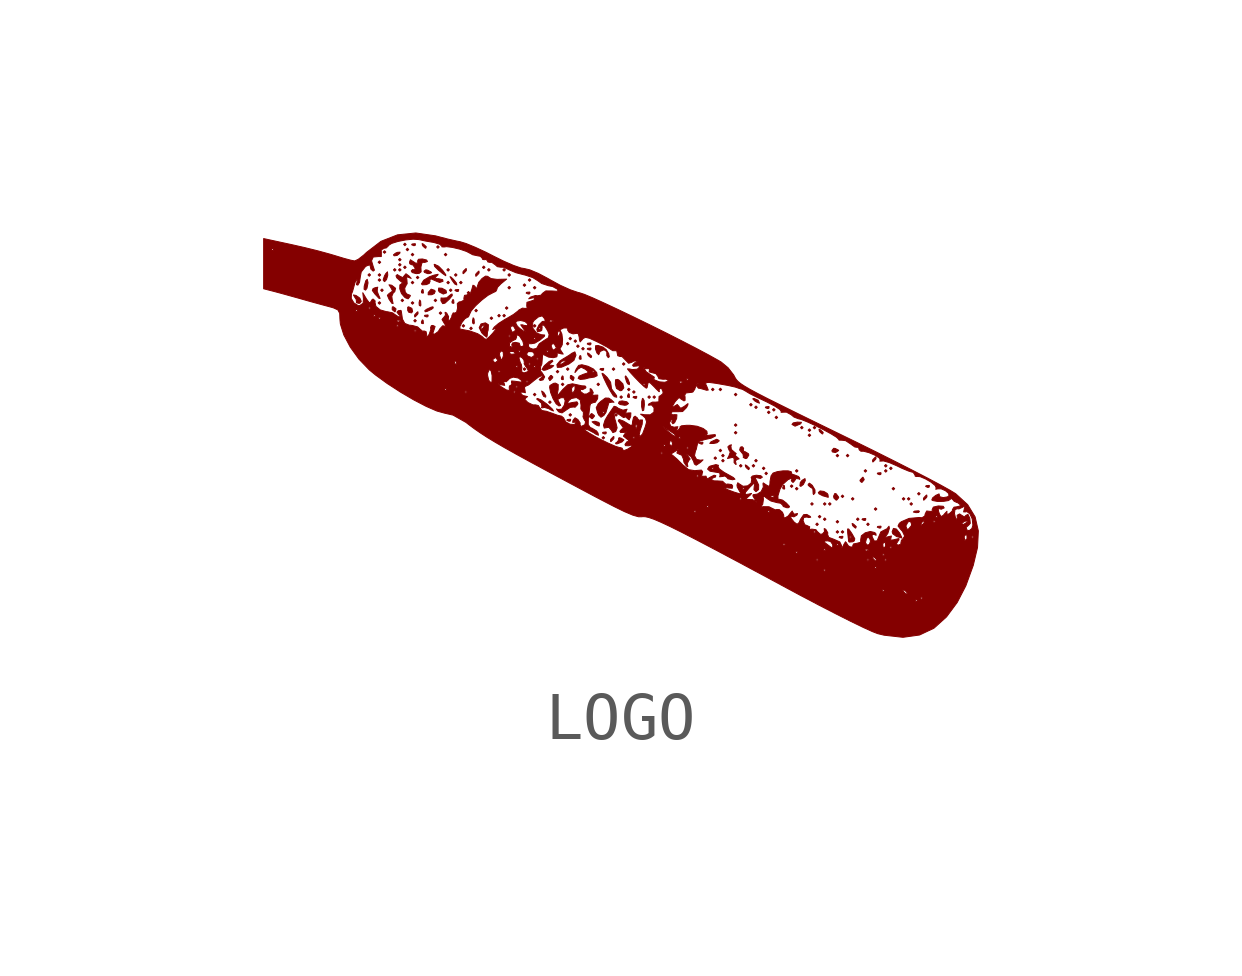
<source format=kicad_sym>
(kicad_symbol_lib
  (version 20220914)
  (generator bitmap2component)
  (symbol "LOGO"
    (pin_names
      (offset 1.016))
    (property "Reference" "#G"
      (at 0 3.978 0)
      (effects (font (size 1.27 1.27)) hide))
    (symbol "LOGO_0_0"
      (polyline (pts (xy 6.192 -4.455) (xy 6.493 -4.313) (xy 6.755 -4.077) (xy 6.755 -4.077) (xy 6.978 -3.776) (xy 7.158 -3.428) (xy 7.312 -3.004) (xy 7.401 -2.63) (xy 7.418 -2.286) (xy 7.35 -1.992) (xy 7.195 -1.738) (xy 6.95 -1.514) (xy 6.944 -1.509) (xy 6.827 -1.438) (xy 6.629 -1.328) (xy 6.361 -1.185) (xy 6.036 -1.017) (xy 5.666 -0.829) (xy 5.263 -0.627) (xy 4.841 -0.419) (xy 4.508 -0.257) (xy 4.02 -0.019) (xy 3.614 0.18) (xy 3.283 0.344) (xy 3.018 0.476) (xy 2.811 0.583) (xy 2.655 0.667) (xy 2.541 0.734) (xy 2.461 0.787) (xy 2.408 0.831) (xy 2.372 0.871) (xy 2.347 0.911) (xy 2.324 0.955) (xy 2.317 0.967) (xy 2.203 1.114) (xy 2.058 1.234) (xy 1.997 1.27) (xy 1.796 1.382) (xy 1.537 1.52) (xy 1.235 1.676) (xy 0.906 1.843) (xy 0.565 2.012) (xy 0.226 2.177) (xy -0.094 2.33) (xy -0.381 2.464) (xy -0.619 2.572) (xy -0.794 2.645) (xy -0.89 2.677) (xy -0.917 2.682) (xy -1.085 2.739) (xy -1.294 2.833) (xy -1.505 2.948) (xy -1.554 2.976) (xy -1.754 3.082) (xy -1.929 3.155) (xy -2.047 3.183) (xy -2.113 3.194) (xy -2.27 3.248) (xy -2.473 3.336) (xy -2.695 3.446) (xy -2.839 3.52) (xy -3.063 3.624) (xy -3.255 3.703) (xy -3.384 3.742) (xy -3.447 3.754) (xy -3.642 3.798) (xy -3.841 3.85) (xy -3.894 3.864) (xy -4.306 3.924) (xy -4.687 3.885) (xy -5.032 3.75) (xy -5.333 3.519) (xy -5.391 3.464) (xy -5.504 3.376) (xy -5.579 3.341) (xy -5.659 3.356) (xy -5.808 3.396) (xy -5.992 3.452) (xy -6.1 3.484) (xy -6.345 3.551) (xy -6.628 3.621) (xy -6.907 3.684) (xy -7.477 3.807) (xy -7.477 3.579) (xy -7.318 3.579) (xy -7.291 3.606) (xy -7.265 3.579) (xy -7.291 3.553) (xy -7.318 3.579) (xy -7.477 3.579) (xy -7.477 3.284) (xy -7.477 2.761) (xy -7.252 2.703) (xy -7.118 2.667) (xy -6.902 2.607) (xy -6.732 2.56) (xy -5.652 2.56) (xy -5.647 2.652) (xy -5.625 2.702) (xy -5.593 2.817) (xy -5.573 2.89) (xy -5.535 2.963) (xy -5.52 2.964) (xy -5.532 2.901) (xy -5.544 2.847) (xy -5.514 2.837) (xy -5.479 2.895) (xy -5.462 3.013) (xy -5.443 3.112) (xy -5.356 3.222) (xy -5.327 3.24) (xy -5.264 3.26) (xy -5.25 3.209) (xy -5.243 3.171) (xy -5.195 3.129) (xy -5.168 3.148) (xy -5.197 3.236) (xy -5.229 3.345) (xy -5.193 3.423) (xy -5.091 3.432) (xy -5.025 3.433) (xy -5.024 3.506) (xy -5.027 3.571) (xy -4.964 3.606) (xy -4.922 3.612) (xy -4.878 3.654) (xy -4.876 3.663) (xy -4.809 3.706) (xy -4.678 3.747) (xy -4.517 3.779) (xy -4.361 3.794) (xy -4.242 3.786) (xy -4.105 3.756) (xy -3.937 3.727) (xy -3.924 3.724) (xy -3.811 3.691) (xy -3.765 3.65) (xy -3.761 3.634) (xy -3.713 3.632) (xy -3.667 3.639) (xy -3.544 3.623) (xy -3.391 3.587) (xy -3.249 3.539) (xy -3.158 3.491) (xy -3.121 3.47) (xy -3.012 3.447) (xy -2.96 3.438) (xy -2.917 3.391) (xy -2.912 3.371) (xy -2.864 3.367) (xy -2.843 3.375) (xy -2.811 3.341) (xy -2.807 3.321) (xy -2.763 3.311) (xy -2.726 3.313) (xy -2.651 3.261) (xy -2.607 3.222) (xy -2.541 3.211) (xy -2.479 3.21) (xy -2.374 3.163) (xy -2.363 3.156) (xy -2.22 3.096) (xy -2.052 3.052) (xy -2.028 3.047) (xy -1.871 2.995) (xy -1.759 2.926) (xy -1.681 2.87) (xy -1.542 2.825) (xy -1.454 2.807) (xy -1.358 2.754) (xy -1.341 2.733) (xy -1.36 2.708) (xy -1.47 2.715) (xy -1.597 2.716) (xy -1.669 2.663) (xy -1.691 2.63) (xy -1.768 2.614) (xy -1.811 2.621) (xy -1.914 2.588) (xy -1.92 2.584) (xy -1.953 2.552) (xy -1.893 2.566) (xy -1.841 2.575) (xy -1.83 2.545) (xy -1.852 2.522) (xy -1.944 2.492) (xy -1.99 2.479) (xy -1.994 2.407) (xy -1.985 2.352) (xy -2.04 2.352) (xy -2.082 2.358) (xy -2.159 2.317) (xy -2.174 2.3) (xy -2.268 2.227) (xy -2.403 2.147) (xy -2.448 2.123) (xy -2.558 2.053) (xy -2.227 2.053) (xy -2.204 2.087) (xy -2.124 2.1) (xy -2.031 2.079) (xy -1.975 2.028) (xy -1.978 1.99) (xy -2.05 1.998) (xy -2.084 2.01) (xy -2.119 2.009) (xy -2.075 1.945) (xy -2.025 1.876) (xy -2.041 1.866) (xy -2.134 1.93) (xy -2.189 1.982) (xy -2.227 2.053) (xy -2.558 2.053) (xy -2.583 2.037) (xy -2.668 1.965) (xy -2.675 1.957) (xy -2.703 1.912) (xy -2.651 1.934) (xy -2.637 1.94) (xy -2.637 1.939) (xy -2.333 1.939) (xy -2.326 1.976) (xy -2.28 1.988) (xy -2.266 1.978) (xy -2.227 1.906) (xy -2.229 1.894) (xy -2.28 1.856) (xy -2.305 1.866) (xy -2.333 1.939) (xy -2.637 1.939) (xy -2.637 1.917) (xy -2.7 1.838) (xy -2.757 1.776) (xy -2.386 1.776) (xy -2.36 1.803) (xy -2.333 1.776) (xy -2.36 1.75) (xy -2.386 1.776) (xy -2.757 1.776) (xy -2.767 1.765) (xy -2.828 1.71) (xy -2.871 1.715) (xy -2.927 1.768) (xy -3.017 1.825) (xy -3.184 1.883) (xy -3.376 1.92) (xy -3.386 1.923) (xy -3.387 1.975) (xy -3.345 2.058) (xy -3.282 2.137) (xy -3.221 2.172) (xy -3.208 2.176) (xy -3.182 2.237) (xy -3.151 2.301) (xy -3.058 2.408) (xy -2.932 2.524) (xy -2.802 2.624) (xy -2.696 2.68) (xy -2.638 2.707) (xy -2.619 2.742) (xy -2.605 2.789) (xy -2.53 2.866) (xy -2.413 2.962) (xy -2.596 2.957) (xy -2.615 2.957) (xy -2.737 2.973) (xy -2.798 3.011) (xy -2.802 3.019) (xy -2.852 3.025) (xy -2.926 2.975) (xy -2.994 2.895) (xy -3.023 2.812) (xy -3.023 2.811) (xy -3.033 2.76) (xy -3.072 2.806) (xy -3.081 2.82) (xy -3.115 2.835) (xy -3.137 2.753) (xy -3.165 2.672) (xy -3.244 2.631) (xy -3.291 2.624) (xy -3.304 2.565) (xy -3.301 2.525) (xy -3.362 2.492) (xy -3.403 2.487) (xy -3.441 2.453) (xy -3.436 2.357) (xy -3.457 2.27) (xy -3.5 2.254) (xy -3.526 2.259) (xy -3.553 2.207) (xy -3.558 2.171) (xy -3.605 2.095) (xy -3.629 2.089) (xy -3.628 2.139) (xy -3.622 2.18) (xy -3.663 2.256) (xy -3.695 2.271) (xy -3.693 2.24) (xy -3.685 2.214) (xy -3.725 2.161) (xy -3.729 2.159) (xy -3.76 2.121) (xy -3.712 2.04) (xy -3.674 1.982) (xy -3.699 1.982) (xy -3.745 1.99) (xy -3.805 1.926) (xy -3.837 1.871) (xy -3.913 1.815) (xy -3.954 1.825) (xy -3.929 1.899) (xy -3.904 1.975) (xy -3.951 1.997) (xy -3.982 1.992) (xy -3.998 1.954) (xy -3.993 1.912) (xy -4.026 1.817) (xy -4.047 1.781) (xy -4.075 1.753) (xy -4.082 1.819) (xy -4.092 1.868) (xy -4.136 1.882) (xy -4.163 1.875) (xy -4.217 1.919) (xy -4.267 1.966) (xy -4.379 1.996) (xy -4.444 2.003) (xy -4.535 2.039) (xy -4.584 2.128) (xy -4.609 2.296) (xy -4.616 2.311) (xy -4.672 2.303) (xy -4.699 2.274) (xy -4.659 2.221) (xy -4.623 2.192) (xy -4.65 2.175) (xy -4.668 2.177) (xy -4.746 2.227) (xy -4.788 2.259) (xy -4.895 2.282) (xy -4.915 2.283) (xy -5.046 2.32) (xy -5.138 2.394) (xy -5.157 2.479) (xy -5.153 2.507) (xy -5.192 2.545) (xy -5.213 2.541) (xy -5.252 2.479) (xy -5.252 2.476) (xy -5.277 2.472) (xy -5.332 2.545) (xy -5.411 2.678) (xy -5.397 2.551) (xy -5.404 2.46) (xy -5.476 2.41) (xy -5.506 2.41) (xy -5.594 2.464) (xy -5.652 2.56) (xy -6.732 2.56) (xy -6.681 2.545) (xy -6.508 2.496) (xy -6.286 2.435) (xy -6.111 2.388) (xy -6.029 2.365) (xy -6.016 2.36) (xy -5.303 2.36) (xy -5.276 2.386) (xy -5.25 2.36) (xy -5.276 2.333) (xy -5.303 2.36) (xy -6.016 2.36) (xy -5.931 2.321) (xy -5.923 2.307) (xy -5.568 2.307) (xy -5.541 2.333) (xy -5.515 2.307) (xy -5.541 2.28) (xy -5.568 2.307) (xy -5.923 2.307) (xy -5.892 2.249) (xy -5.89 2.201) (xy -5.197 2.201) (xy -5.17 2.227) (xy -5.144 2.201) (xy -5.17 2.174) (xy -5.197 2.201) (xy -5.89 2.201) (xy -5.888 2.148) (xy -5.091 2.148) (xy -5.064 2.174) (xy -5.038 2.148) (xy -5.064 2.121) (xy -5.091 2.148) (xy -5.888 2.148) (xy -5.886 2.113) (xy -5.885 2.103) (xy -4.702 2.103) (xy -4.694 2.11) (xy -4.631 2.103) (xy -4.623 2.087) (xy -4.666 2.068) (xy -4.694 2.072) (xy -4.702 2.103) (xy -5.885 2.103) (xy -5.878 2.028) (xy -5.866 1.988) (xy -4.719 1.988) (xy -4.693 2.015) (xy -4.666 1.988) (xy -4.693 1.962) (xy -4.719 1.988) (xy -5.866 1.988) (xy -5.833 1.883) (xy -4.348 1.883) (xy -4.322 1.909) (xy -4.295 1.883) (xy -4.322 1.856) (xy -4.348 1.883) (xy -5.833 1.883) (xy -5.806 1.798) (xy -5.684 1.568) (xy -2.356 1.568) (xy -2.351 1.632) (xy -2.286 1.68) (xy -2.224 1.708) (xy -2.204 1.756) (xy -2.211 1.771) (xy -2.186 1.803) (xy -2.141 1.772) (xy -2.11 1.723) (xy -1.856 1.723) (xy -1.829 1.75) (xy -1.803 1.723) (xy -1.829 1.697) (xy -1.856 1.723) (xy -2.11 1.723) (xy -2.082 1.679) (xy -2.072 1.657) (xy -2.053 1.577) (xy -2.088 1.56) (xy -1.957 1.56) (xy -1.956 1.615) (xy -1.909 1.617) (xy -1.904 1.615) (xy -1.825 1.628) (xy -1.716 1.693) (xy -1.715 1.694) (xy -1.627 1.768) (xy -1.62 1.797) (xy -1.688 1.803) (xy -1.789 1.838) (xy -1.865 1.936) (xy -1.871 2.055) (xy -1.842 2.1) (xy -1.751 2.174) (xy -1.671 2.196) (xy -1.62 2.135) (xy -1.611 2.103) (xy -1.52 2.103) (xy -1.512 2.11) (xy -1.449 2.103) (xy -1.441 2.087) (xy -1.485 2.068) (xy -1.513 2.072) (xy -1.52 2.103) (xy -1.611 2.103) (xy -1.607 2.089) (xy -1.623 2.083) (xy -1.668 2.08) (xy -1.737 2.011) (xy -1.774 1.935) (xy -1.75 1.935) (xy -1.723 1.962) (xy -1.697 1.935) (xy -1.723 1.909) (xy -1.75 1.935) (xy -1.774 1.935) (xy -1.784 1.915) (xy -1.771 1.863) (xy -1.7 1.881) (xy -1.68 1.898) (xy -1.673 1.966) (xy -1.68 1.982) (xy -1.66 2.015) (xy -1.615 1.979) (xy -1.57 1.906) (xy -1.314 1.906) (xy -1.31 1.903) (xy -1.313 1.901) (xy -1.314 1.906) (xy -1.57 1.906) (xy -1.556 1.882) (xy -1.539 1.838) (xy -1.356 1.838) (xy -1.324 1.895) (xy -1.313 1.901) (xy -1.307 1.873) (xy -1.296 1.844) (xy -1.32 1.78) (xy -1.345 1.778) (xy -1.356 1.838) (xy -1.539 1.838) (xy -1.528 1.81) (xy -1.541 1.741) (xy -1.636 1.681) (xy -1.732 1.616) (xy -1.76 1.567) (xy -1.485 1.567) (xy -1.477 1.605) (xy -1.432 1.617) (xy -1.417 1.607) (xy -1.379 1.535) (xy -1.38 1.523) (xy -1.432 1.485) (xy -1.457 1.495) (xy -1.485 1.567) (xy -1.76 1.567) (xy -1.766 1.556) (xy -1.79 1.517) (xy -1.864 1.502) (xy -1.935 1.529) (xy -1.957 1.56) (xy -2.088 1.56) (xy -2.097 1.556) (xy -2.127 1.56) (xy -2.142 1.6) (xy -2.15 1.627) (xy -2.227 1.644) (xy -2.29 1.632) (xy -2.307 1.591) (xy -2.297 1.572) (xy -2.3 1.538) (xy -2.356 1.568) (xy -5.684 1.568) (xy -5.671 1.544) (xy -5.586 1.426) (xy -2.562 1.426) (xy -2.519 1.467) (xy -2.501 1.458) (xy -2.174 1.458) (xy -2.148 1.485) (xy -2.121 1.458) (xy -1.591 1.458) (xy -1.564 1.485) (xy -1.538 1.458) (xy -1.564 1.432) (xy -1.591 1.458) (xy -2.121 1.458) (xy -2.148 1.432) (xy -2.174 1.458) (xy -2.501 1.458) (xy -2.486 1.45) (xy -2.485 1.441) (xy -2.354 1.441) (xy -2.335 1.456) (xy -2.267 1.452) (xy -2.227 1.411) (xy -2.235 1.405) (xy -2.248 1.403) (xy -1.998 1.403) (xy -1.963 1.451) (xy -1.881 1.45) (xy -1.847 1.429) (xy -1.833 1.373) (xy -1.892 1.329) (xy -1.978 1.36) (xy -1.998 1.403) (xy -2.248 1.403) (xy -2.304 1.396) (xy -2.338 1.402) (xy -2.354 1.441) (xy -2.485 1.441) (xy -2.479 1.37) (xy -2.496 1.316) (xy -2.502 1.304) (xy -2.154 1.304) (xy -2.148 1.355) (xy -2.091 1.323) (xy -2.07 1.299) (xy -1.803 1.299) (xy -1.776 1.326) (xy -1.75 1.299) (xy -1.776 1.273) (xy -1.803 1.299) (xy -2.07 1.299) (xy -2.055 1.282) (xy -2.043 1.217) (xy -2.049 1.2) (xy -2.045 1.193) (xy -1.962 1.193) (xy -1.935 1.22) (xy -1.909 1.193) (xy -1.935 1.167) (xy -1.962 1.193) (xy -2.045 1.193) (xy -2.016 1.141) (xy -2.015 1.14) (xy -1.856 1.14) (xy -1.829 1.167) (xy -1.803 1.14) (xy -1.829 1.114) (xy -1.856 1.14) (xy -2.015 1.14) (xy -2.001 1.129) (xy -1.962 1.057) (xy -1.973 1.033) (xy -2.047 1.008) (xy -2.091 1.018) (xy -2.104 1.082) (xy -2.095 1.117) (xy -2.109 1.19) (xy -2.124 1.211) (xy -2.154 1.304) (xy -2.502 1.304) (xy -2.519 1.273) (xy -2.531 1.289) (xy -2.558 1.37) (xy -2.562 1.426) (xy -5.586 1.426) (xy -5.489 1.292) (xy -5.47 1.273) (xy -2.704 1.273) (xy -2.703 1.285) (xy -2.651 1.326) (xy -2.639 1.324) (xy -2.598 1.273) (xy -2.6 1.26) (xy -2.651 1.22) (xy -2.664 1.221) (xy -2.704 1.273) (xy -5.47 1.273) (xy -5.419 1.22) (xy -3.5 1.22) (xy -3.496 1.248) (xy -3.465 1.255) (xy -3.458 1.247) (xy -3.465 1.184) (xy -3.48 1.176) (xy -3.5 1.22) (xy -5.419 1.22) (xy -5.342 1.14) (xy -2.227 1.14) (xy -2.201 1.167) (xy -2.174 1.14) (xy -2.201 1.114) (xy -2.227 1.14) (xy -5.342 1.14) (xy -5.276 1.071) (xy -5.141 0.96) (xy -2.811 0.96) (xy -2.808 1.002) (xy -2.779 1.075) (xy -2.739 1.058) (xy -2.733 1.034) (xy -2.598 1.034) (xy -2.572 1.06) (xy -2.545 1.034) (xy -2.572 1.008) (xy -2.598 1.034) (xy -2.733 1.034) (xy -2.716 0.953) (xy -2.716 0.952) (xy -2.717 0.842) (xy -2.726 0.795) (xy -2.735 0.797) (xy -2.787 0.854) (xy -2.811 0.96) (xy -5.141 0.96) (xy -5.139 0.959) (xy -4.896 0.782) (xy -4.895 0.782) (xy -2.592 0.782) (xy -2.523 0.76) (xy -2.454 0.748) (xy -2.465 0.795) (xy -2.483 0.832) (xy -2.453 0.83) (xy -2.422 0.823) (xy -2.369 0.871) (xy -2.357 0.89) (xy -2.275 0.92) (xy -2.169 0.901) (xy -2.089 0.84) (xy -2.103 0.822) (xy -2.015 0.822) (xy -1.988 0.848) (xy -1.962 0.822) (xy -1.988 0.795) (xy -2.015 0.822) (xy -2.103 0.822) (xy -2.108 0.815) (xy -2.204 0.828) (xy -2.219 0.831) (xy -2.309 0.84) (xy -2.312 0.803) (xy -2.301 0.776) (xy -2.333 0.742) (xy -2.354 0.738) (xy -2.357 0.716) (xy -2.227 0.716) (xy -2.201 0.742) (xy -2.174 0.716) (xy -2.201 0.689) (xy -2.227 0.716) (xy -2.357 0.716) (xy -2.36 0.689) (xy -2.355 0.681) (xy -2.357 0.64) (xy -2.42 0.653) (xy -2.522 0.716) (xy -2.578 0.76) (xy -2.592 0.782) (xy -4.895 0.782) (xy -4.711 0.663) (xy -3.712 0.663) (xy -3.685 0.689) (xy -3.659 0.663) (xy -3.685 0.636) (xy -3.712 0.663) (xy -4.711 0.663) (xy -4.63 0.61) (xy -3.288 0.61) (xy -3.261 0.636) (xy -3.235 0.61) (xy -2.28 0.61) (xy -2.254 0.636) (xy -2.227 0.61) (xy -2.251 0.586) (xy -2.121 0.586) (xy -2.114 0.608) (xy -2.059 0.604) (xy -2.023 0.594) (xy -2.031 0.653) (xy -2.043 0.7) (xy -2.025 0.729) (xy -2.022 0.728) (xy -1.956 0.757) (xy -1.858 0.835) (xy -1.852 0.841) (xy -1.748 0.921) (xy -1.674 0.954) (xy -1.656 0.944) (xy -1.697 0.901) (xy -1.734 0.87) (xy -1.713 0.849) (xy -1.654 0.862) (xy -1.62 0.925) (xy -1.672 1.008) (xy -1.71 1.054) (xy -1.705 1.134) (xy -1.679 1.193) (xy -1.669 1.314) (xy -1.664 1.392) (xy -1.625 1.381) (xy -1.619 1.376) (xy -1.537 1.336) (xy -1.44 1.325) (xy -1.367 1.343) (xy -1.358 1.388) (xy -1.366 1.424) (xy -1.3 1.413) (xy -1.279 1.405) (xy -1.234 1.4) (xy -1.272 1.457) (xy -1.302 1.505) (xy -1.29 1.538) (xy -1.284 1.539) (xy -1.254 1.595) (xy -1.247 1.703) (xy -1.261 1.817) (xy -1.296 1.893) (xy -1.31 1.903) (xy -1.225 1.944) (xy -1.156 1.945) (xy -1.137 1.915) (xy -1.142 1.9) (xy -1.108 1.85) (xy -1.029 1.821) (xy -0.95 1.832) (xy -0.918 1.822) (xy -0.898 1.74) (xy -0.897 1.701) (xy -0.881 1.654) (xy -0.839 1.7) (xy -0.82 1.724) (xy -0.769 1.749) (xy -0.685 1.729) (xy -0.537 1.661) (xy -0.45 1.617) (xy -0.312 1.542) (xy -0.231 1.489) (xy -0.2 1.47) (xy -0.138 1.47) (xy -0.12 1.473) (xy -0.106 1.411) (xy -0.098 1.366) (xy -0.055 1.351) (xy -0.007 1.347) (xy 0.062 1.277) (xy 0.129 1.208) (xy 0.198 1.23) (xy 0.239 1.255) (xy 0.302 1.254) (xy 0.31 1.24) (xy 0.274 1.22) (xy 0.254 1.217) (xy 0.212 1.168) (xy 0.227 1.145) (xy 0.3 1.151) (xy 0.355 1.162) (xy 0.349 1.127) (xy 0.443 1.127) (xy 0.459 1.115) (xy 0.474 1.096) (xy 0.543 1.095) (xy 0.568 1.105) (xy 0.562 1.069) (xy 0.558 1.029) (xy 0.633 1.008) (xy 0.698 0.992) (xy 0.742 0.931) (xy 0.76 0.887) (xy 0.848 0.875) (xy 0.911 0.878) (xy 0.916 0.875) (xy 1.326 0.875) (xy 1.352 0.901) (xy 1.379 0.875) (xy 1.352 0.848) (xy 1.326 0.875) (xy 0.916 0.875) (xy 0.955 0.849) (xy 0.949 0.833) (xy 0.94 0.831) (xy 1.184 0.831) (xy 1.192 0.837) (xy 1.255 0.831) (xy 1.263 0.815) (xy 1.22 0.795) (xy 1.192 0.799) (xy 1.184 0.831) (xy 0.94 0.831) (xy 0.881 0.812) (xy 0.774 0.821) (xy 0.674 0.859) (xy 0.649 0.879) (xy 0.663 0.901) (xy 0.663 0.921) (xy 0.588 0.969) (xy 0.499 1.029) (xy 0.446 1.102) (xy 0.443 1.127) (xy 0.349 1.127) (xy 0.347 1.118) (xy 0.308 1.085) (xy 0.206 1.077) (xy 0.149 1.09) (xy 0.106 1.092) (xy 0.11 1.083) (xy 0.163 1.018) (xy 0.256 0.917) (xy 0.361 0.809) (xy 0.404 0.769) (xy 0.424 0.769) (xy 0.451 0.795) (xy 0.477 0.769) (xy 0.451 0.742) (xy 0.424 0.769) (xy 0.404 0.769) (xy 0.451 0.724) (xy 0.498 0.689) (xy 0.514 0.701) (xy 0.53 0.777) (xy 0.536 0.808) (xy 0.578 0.801) (xy 0.669 0.711) (xy 0.704 0.673) (xy 0.765 0.615) (xy 0.772 0.623) (xy 0.762 0.654) (xy 0.792 0.689) (xy 0.818 0.68) (xy 0.848 0.61) (xy 0.842 0.573) (xy 0.79 0.53) (xy 0.764 0.52) (xy 0.76 0.454) (xy 0.761 0.405) (xy 0.687 0.398) (xy 0.625 0.399) (xy 0.55 0.36) (xy 0.539 0.336) (xy 0.57 0.336) (xy 0.606 0.341) (xy 0.659 0.282) (xy 0.657 0.191) (xy 0.58 0.134) (xy 0.451 0.136) (xy 0.419 0.144) (xy 0.379 0.147) (xy 0.433 0.109) (xy 0.479 0.066) (xy 0.504 -0.013) (xy 0.499 -0.034) (xy 0.978 -0.034) (xy 1.018 0.033) (xy 1.045 0.045) (xy 1.039 0.008) (xy 1.028 -0.019) (xy 1.051 -0.053) (xy 1.087 -0.031) (xy 1.13 0.057) (xy 1.136 0.135) (xy 1.083 0.138) (xy 1.046 0.132) (xy 1.008 0.167) (xy 1.04 0.199) (xy 1.142 0.199) (xy 1.254 0.202) (xy 1.336 0.285) (xy 1.365 0.341) (xy 1.366 0.368) (xy 1.299 0.318) (xy 1.288 0.309) (xy 1.215 0.269) (xy 1.179 0.307) (xy 1.178 0.311) (xy 1.143 0.349) (xy 1.073 0.307) (xy 1.042 0.285) (xy 1.034 0.299) (xy 1.089 0.392) (xy 1.104 0.414) (xy 1.171 0.486) (xy 1.208 0.484) (xy 1.217 0.466) (xy 1.283 0.424) (xy 1.306 0.435) (xy 1.306 0.504) (xy 1.298 0.545) (xy 1.327 0.59) (xy 1.342 0.592) (xy 1.445 0.603) (xy 1.469 0.61) (xy 1.511 0.672) (xy 1.513 0.69) (xy 1.56 0.778) (xy 1.58 0.792) (xy 1.57 0.756) (xy 1.558 0.724) (xy 1.583 0.689) (xy 1.62 0.685) (xy 1.725 0.655) (xy 1.75 0.646) (xy 1.789 0.65) (xy 1.76 0.724) (xy 1.739 0.766) (xy 1.74 0.804) (xy 1.805 0.81) (xy 1.952 0.79) (xy 1.992 0.783) (xy 2.2 0.746) (xy 2.353 0.712) (xy 2.426 0.687) (xy 2.428 0.685) (xy 2.488 0.669) (xy 2.496 0.668) (xy 2.576 0.623) (xy 2.58 0.62) (xy 2.655 0.575) (xy 2.797 0.503) (xy 2.977 0.417) (xy 3.011 0.401) (xy 3.173 0.317) (xy 3.279 0.247) (xy 3.31 0.205) (xy 3.307 0.186) (xy 3.358 0.189) (xy 3.419 0.19) (xy 3.516 0.136) (xy 3.576 0.087) (xy 3.664 0.053) (xy 3.722 0.039) (xy 3.85 -0.012) (xy 4.016 -0.088) (xy 4.191 -0.177) (xy 4.349 -0.263) (xy 4.463 -0.334) (xy 4.507 -0.376) (xy 4.514 -0.393) (xy 4.575 -0.395) (xy 4.653 -0.405) (xy 4.755 -0.473) (xy 4.843 -0.536) (xy 4.899 -0.545) (xy 4.912 -0.537) (xy 4.931 -0.575) (xy 4.934 -0.595) (xy 4.971 -0.625) (xy 5.027 -0.625) (xy 5.14 -0.655) (xy 5.26 -0.706) (xy 5.35 -0.763) (xy 5.375 -0.808) (xy 5.364 -0.831) (xy 5.396 -0.83) (xy 5.441 -0.827) (xy 5.562 -0.861) (xy 5.717 -0.928) (xy 5.827 -0.981) (xy 5.963 -1.038) (xy 6.04 -1.061) (xy 6.059 -1.064) (xy 6.098 -1.122) (xy 6.101 -1.144) (xy 6.13 -1.153) (xy 6.135 -1.149) (xy 6.206 -1.155) (xy 6.317 -1.202) (xy 6.433 -1.27) (xy 6.519 -1.341) (xy 6.54 -1.392) (xy 6.53 -1.417) (xy 6.567 -1.41) (xy 6.568 -1.409) (xy 6.643 -1.408) (xy 6.733 -1.448) (xy 6.8 -1.505) (xy 6.805 -1.556) (xy 6.771 -1.577) (xy 6.687 -1.591) (xy 6.617 -1.575) (xy 6.604 -1.534) (xy 6.599 -1.514) (xy 6.53 -1.545) (xy 6.466 -1.596) (xy 6.448 -1.64) (xy 6.469 -1.653) (xy 6.565 -1.671) (xy 6.689 -1.67) (xy 6.795 -1.653) (xy 6.841 -1.621) (xy 6.849 -1.602) (xy 6.887 -1.635) (xy 6.913 -1.667) (xy 6.978 -1.697) (xy 6.989 -1.697) (xy 7.041 -1.74) (xy 7.034 -1.768) (xy 6.962 -1.784) (xy 6.911 -1.79) (xy 6.879 -1.838) (xy 6.874 -1.871) (xy 6.82 -1.92) (xy 6.92 -1.92) (xy 6.931 -1.843) (xy 6.975 -1.823) (xy 7.013 -1.827) (xy 7.102 -1.786) (xy 7.108 -1.78) (xy 7.144 -1.759) (xy 7.126 -1.825) (xy 7.111 -1.889) (xy 7.147 -1.89) (xy 7.178 -1.882) (xy 7.242 -1.93) (xy 7.29 -2.035) (xy 7.304 -2.166) (xy 7.284 -2.235) (xy 7.227 -2.28) (xy 7.181 -2.268) (xy 7.162 -2.214) (xy 7.219 -2.163) (xy 7.25 -2.128) (xy 7.239 -2.019) (xy 7.201 -1.941) (xy 7.16 -1.961) (xy 7.128 -1.995) (xy 7.082 -1.967) (xy 7.027 -1.931) (xy 6.976 -1.96) (xy 6.981 -2.032) (xy 6.992 -2.057) (xy 6.972 -2.054) (xy 6.941 -2.011) (xy 6.92 -1.92) (xy 6.82 -1.92) (xy 6.809 -1.93) (xy 6.764 -1.939) (xy 6.762 -1.895) (xy 6.764 -1.876) (xy 6.718 -1.924) (xy 6.688 -1.96) (xy 6.641 -1.988) (xy 6.608 -1.933) (xy 6.589 -1.878) (xy 6.58 -1.816) (xy 6.625 -1.827) (xy 6.643 -1.834) (xy 6.706 -1.806) (xy 6.706 -1.806) (xy 6.686 -1.772) (xy 6.584 -1.765) (xy 6.48 -1.789) (xy 6.455 -1.843) (xy 6.458 -1.88) (xy 6.396 -1.877) (xy 6.341 -1.87) (xy 6.31 -1.932) (xy 6.301 -1.976) (xy 6.28 -1.988) (xy 6.522 -1.988) (xy 6.549 -1.962) (xy 6.575 -1.988) (xy 6.549 -2.015) (xy 6.522 -1.988) (xy 6.28 -1.988) (xy 6.244 -2.011) (xy 6.181 -2.006) (xy 5.973 -2.025) (xy 5.813 -2.094) (xy 5.771 -2.127) (xy 5.744 -2.183) (xy 5.747 -2.187) (xy 5.909 -2.187) (xy 5.912 -2.172) (xy 5.952 -2.099) (xy 6.002 -2.085) (xy 6.027 -2.144) (xy 6.023 -2.171) (xy 6.217 -2.171) (xy 6.231 -2.121) (xy 6.242 -2.105) (xy 6.29 -2.068) (xy 6.297 -2.071) (xy 6.291 -2.095) (xy 6.469 -2.095) (xy 6.496 -2.068) (xy 6.522 -2.095) (xy 6.496 -2.121) (xy 6.469 -2.095) (xy 6.291 -2.095) (xy 6.284 -2.121) (xy 6.273 -2.137) (xy 6.244 -2.159) (xy 7.058 -2.159) (xy 7.091 -2.115) (xy 7.13 -2.084) (xy 7.187 -2.078) (xy 7.186 -2.102) (xy 7.121 -2.144) (xy 7.111 -2.148) (xy 7.058 -2.159) (xy 6.244 -2.159) (xy 6.224 -2.174) (xy 6.217 -2.171) (xy 6.023 -2.171) (xy 6.021 -2.179) (xy 5.962 -2.248) (xy 5.928 -2.248) (xy 5.909 -2.187) (xy 5.747 -2.187) (xy 5.8 -2.255) (xy 5.836 -2.294) (xy 5.883 -2.394) (xy 5.868 -2.415) (xy 7.123 -2.415) (xy 7.129 -2.381) (xy 7.168 -2.366) (xy 7.18 -2.376) (xy 7.182 -2.413) (xy 7.265 -2.413) (xy 7.291 -2.386) (xy 7.318 -2.413) (xy 7.291 -2.439) (xy 7.265 -2.413) (xy 7.182 -2.413) (xy 7.183 -2.443) (xy 7.173 -2.458) (xy 7.135 -2.487) (xy 7.123 -2.415) (xy 5.868 -2.415) (xy 5.832 -2.466) (xy 5.815 -2.48) (xy 5.803 -2.54) (xy 5.806 -2.559) (xy 5.752 -2.581) (xy 5.75 -2.581) (xy 5.704 -2.565) (xy 5.741 -2.502) (xy 5.764 -2.472) (xy 5.764 -2.444) (xy 5.68 -2.464) (xy 5.659 -2.47) (xy 5.588 -2.479) (xy 5.596 -2.436) (xy 5.606 -2.392) (xy 5.537 -2.407) (xy 5.519 -2.413) (xy 5.468 -2.423) (xy 5.502 -2.379) (xy 5.532 -2.337) (xy 5.564 -2.23) (xy 5.556 -2.188) (xy 5.533 -2.214) (xy 5.518 -2.238) (xy 5.434 -2.28) (xy 5.386 -2.306) (xy 5.346 -2.4) (xy 5.309 -2.491) (xy 5.25 -2.497) (xy 5.205 -2.409) (xy 5.204 -2.357) (xy 5.253 -2.362) (xy 5.287 -2.377) (xy 5.283 -2.345) (xy 5.259 -2.319) (xy 5.166 -2.297) (xy 5.06 -2.325) (xy 4.98 -2.387) (xy 4.966 -2.467) (xy 4.965 -2.522) (xy 4.937 -2.53) (xy 5.065 -2.53) (xy 5.087 -2.446) (xy 5.124 -2.408) (xy 5.16 -2.46) (xy 5.17 -2.504) (xy 5.145 -2.571) (xy 5.127 -2.574) (xy 5.426 -2.574) (xy 5.432 -2.541) (xy 5.471 -2.525) (xy 5.483 -2.535) (xy 5.486 -2.602) (xy 5.476 -2.617) (xy 5.466 -2.625) (xy 5.568 -2.625) (xy 5.594 -2.598) (xy 5.621 -2.625) (xy 5.594 -2.651) (xy 5.568 -2.625) (xy 5.466 -2.625) (xy 5.438 -2.646) (xy 5.426 -2.574) (xy 5.127 -2.574) (xy 5.098 -2.58) (xy 5.065 -2.53) (xy 4.937 -2.53) (xy 4.881 -2.545) (xy 4.816 -2.557) (xy 4.799 -2.598) (xy 4.803 -2.622) (xy 4.749 -2.619) (xy 4.709 -2.596) (xy 4.663 -2.526) (xy 4.649 -2.512) (xy 4.613 -2.572) (xy 4.598 -2.606) (xy 4.572 -2.643) (xy 4.564 -2.584) (xy 4.53 -2.514) (xy 4.405 -2.459) (xy 4.301 -2.42) (xy 4.276 -2.359) (xy 4.281 -2.326) (xy 4.238 -2.251) (xy 4.206 -2.236) (xy 4.207 -2.266) (xy 4.214 -2.297) (xy 4.167 -2.351) (xy 4.124 -2.354) (xy 4.061 -2.298) (xy 4.034 -2.26) (xy 3.947 -2.248) (xy 3.906 -2.257) (xy 3.898 -2.227) (xy 3.903 -2.2) (xy 3.848 -2.174) (xy 3.8 -2.156) (xy 3.765 -2.07) (xy 3.779 -2.005) (xy 3.844 -1.996) (xy 3.884 -2.007) (xy 3.924 -2) (xy 3.914 -1.983) (xy 3.843 -1.942) (xy 3.777 -1.947) (xy 3.71 -2.046) (xy 3.683 -2.111) (xy 3.641 -2.147) (xy 3.579 -2.102) (xy 3.516 -2.023) (xy 3.503 -1.976) (xy 3.549 -1.986) (xy 3.573 -1.993) (xy 3.637 -1.955) (xy 3.65 -1.924) (xy 3.614 -1.93) (xy 3.585 -1.94) (xy 3.551 -1.899) (xy 3.539 -1.872) (xy 3.495 -1.922) (xy 3.456 -1.974) (xy 3.388 -2.015) (xy 3.373 -2.013) (xy 3.358 -1.975) (xy 3.363 -1.961) (xy 3.335 -1.896) (xy 3.271 -1.842) (xy 3.215 -1.84) (xy 3.187 -1.847) (xy 3.11 -1.81) (xy 3.055 -1.782) (xy 2.936 -1.78) (xy 2.884 -1.792) (xy 2.896 -1.768) (xy 2.924 -1.73) (xy 2.939 -1.626) (xy 2.934 -1.582) (xy 2.949 -1.558) (xy 3.018 -1.613) (xy 3.094 -1.662) (xy 3.226 -1.697) (xy 3.296 -1.708) (xy 3.341 -1.75) (xy 3.353 -1.777) (xy 3.429 -1.803) (xy 3.47 -1.8) (xy 3.482 -1.775) (xy 3.416 -1.704) (xy 3.337 -1.643) (xy 3.274 -1.627) (xy 3.243 -1.628) (xy 3.241 -1.556) (xy 3.285 -1.412) (xy 3.343 -1.315) (xy 3.451 -1.218) (xy 3.528 -1.185) (xy 3.53 -1.214) (xy 3.519 -1.24) (xy 3.55 -1.273) (xy 3.565 -1.27) (xy 3.606 -1.216) (xy 3.612 -1.195) (xy 3.667 -1.198) (xy 3.697 -1.211) (xy 3.69 -1.175) (xy 3.668 -1.15) (xy 3.573 -1.114) (xy 3.538 -1.108) (xy 3.521 -1.068) (xy 3.519 -1.052) (xy 3.455 -1.034) (xy 3.345 -1.034) (xy 3.228 -1.05) (xy 3.14 -1.08) (xy 3.098 -1.138) (xy 3.076 -1.256) (xy 3.074 -1.318) (xy 3.051 -1.359) (xy 2.986 -1.319) (xy 2.936 -1.285) (xy 2.929 -1.302) (xy 2.937 -1.371) (xy 2.891 -1.467) (xy 2.812 -1.518) (xy 2.804 -1.519) (xy 2.724 -1.531) (xy 2.719 -1.556) (xy 3.093 -1.556) (xy 3.101 -1.549) (xy 3.164 -1.556) (xy 3.172 -1.571) (xy 3.129 -1.591) (xy 3.1 -1.587) (xy 3.093 -1.556) (xy 2.719 -1.556) (xy 2.719 -1.556) (xy 2.762 -1.631) (xy 2.781 -1.656) (xy 2.805 -1.695) (xy 2.762 -1.661) (xy 2.716 -1.635) (xy 2.605 -1.629) (xy 2.592 -1.633) (xy 2.565 -1.629) (xy 2.625 -1.571) (xy 2.663 -1.54) (xy 2.692 -1.504) (xy 2.638 -1.517) (xy 2.634 -1.518) (xy 2.557 -1.528) (xy 2.565 -1.479) (xy 2.66 -1.37) (xy 2.734 -1.299) (xy 2.76 -1.294) (xy 2.747 -1.361) (xy 2.741 -1.425) (xy 2.782 -1.467) (xy 2.785 -1.467) (xy 2.838 -1.424) (xy 2.84 -1.329) (xy 2.79 -1.223) (xy 2.784 -1.216) (xy 2.762 -1.168) (xy 2.824 -1.181) (xy 2.877 -1.192) (xy 2.917 -1.165) (xy 2.885 -1.135) (xy 2.788 -1.125) (xy 2.708 -1.142) (xy 2.682 -1.173) (xy 2.696 -1.204) (xy 2.682 -1.29) (xy 2.61 -1.346) (xy 2.513 -1.355) (xy 2.427 -1.299) (xy 2.405 -1.282) (xy 2.387 -1.328) (xy 2.394 -1.373) (xy 2.412 -1.405) (xy 2.492 -1.405) (xy 2.519 -1.379) (xy 2.545 -1.405) (xy 2.519 -1.432) (xy 2.492 -1.405) (xy 2.412 -1.405) (xy 2.451 -1.476) (xy 2.475 -1.506) (xy 2.446 -1.512) (xy 2.332 -1.478) (xy 2.207 -1.432) (xy 2.129 -1.394) (xy 2.126 -1.377) (xy 2.21 -1.391) (xy 2.289 -1.397) (xy 2.298 -1.349) (xy 2.277 -1.32) (xy 2.196 -1.308) (xy 2.159 -1.315) (xy 2.121 -1.283) (xy 2.088 -1.251) (xy 1.988 -1.244) (xy 1.901 -1.242) (xy 1.856 -1.212) (xy 1.859 -1.197) (xy 1.918 -1.167) (xy 1.939 -1.164) (xy 1.946 -1.133) (xy 1.911 -1.125) (xy 1.831 -1.165) (xy 1.771 -1.203) (xy 1.75 -1.17) (xy 1.743 -1.145) (xy 1.688 -1.146) (xy 1.652 -1.155) (xy 1.661 -1.093) (xy 1.672 -1.052) (xy 1.647 -1.018) (xy 1.541 -1.026) (xy 1.509 -1.03) (xy 1.38 -1.009) (xy 1.258 -0.909) (xy 1.249 -0.9) (xy 1.14 -0.79) (xy 1.054 -0.716) (xy 1.017 -0.689) (xy 1.002 -0.676) (xy 1.029 -0.671) (xy 1.106 -0.623) (xy 1.114 -0.616) (xy 1.163 -0.583) (xy 1.147 -0.623) (xy 1.136 -0.662) (xy 1.19 -0.689) (xy 1.237 -0.707) (xy 1.273 -0.792) (xy 1.282 -0.854) (xy 1.334 -0.933) (xy 1.362 -0.946) (xy 1.359 -0.913) (xy 1.35 -0.887) (xy 1.383 -0.819) (xy 1.412 -0.787) (xy 1.371 -0.732) (xy 1.328 -0.695) (xy 1.377 -0.703) (xy 1.428 -0.736) (xy 1.483 -0.835) (xy 1.5 -0.891) (xy 1.537 -0.917) (xy 1.617 -0.864) (xy 1.637 -0.848) (xy 1.68 -0.805) (xy 1.635 -0.811) (xy 1.63 -0.813) (xy 1.546 -0.796) (xy 1.502 -0.718) (xy 1.523 -0.618) (xy 1.537 -0.591) (xy 1.563 -0.477) (xy 1.602 -0.418) (xy 1.723 -0.38) (xy 1.847 -0.354) (xy 1.935 -0.31) (xy 1.939 -0.307) (xy 1.933 -0.278) (xy 1.829 -0.288) (xy 1.814 -0.291) (xy 1.734 -0.301) (xy 1.736 -0.288) (xy 1.768 -0.264) (xy 1.76 -0.208) (xy 1.682 -0.15) (xy 1.557 -0.104) (xy 1.405 -0.084) (xy 1.341 -0.084) (xy 1.232 -0.095) (xy 1.199 -0.116) (xy 1.203 -0.134) (xy 1.159 -0.19) (xy 1.126 -0.203) (xy 1.141 -0.158) (xy 1.156 -0.114) (xy 1.1 -0.12) (xy 1.082 -0.125) (xy 1.008 -0.103) (xy 0.978 -0.034) (xy 0.499 -0.034) (xy 0.481 -0.1) (xy 0.822 -0.1) (xy 0.968 -0.189) (xy 0.976 -0.194) (xy 1.073 -0.259) (xy 1.113 -0.298) (xy 1.107 -0.315) (xy 1.057 -0.297) (xy 0.947 -0.209) (xy 0.822 -0.1) (xy 0.481 -0.1) (xy 0.476 -0.117) (xy 0.419 -0.267) (xy 0.366 -0.318) (xy 0.349 -0.28) (xy 0.372 -0.182) (xy 0.412 -0.061) (xy 0.418 0.026) (xy 0.371 0.026) (xy 0.351 0.018) (xy 0.318 0.05) (xy 0.316 0.065) (xy 0.265 0.106) (xy 0.233 0.083) (xy 0.212 -0.006) (xy 0.206 -0.078) (xy 0.17 -0.086) (xy 0.075 -0.028) (xy 0.019 0.005) (xy -0.069 0.037) (xy -0.088 0.009) (xy -0.025 -0.073) (xy -0.001 -0.106) (xy 0.265 -0.106) (xy 0.269 -0.078) (xy 0.3 -0.071) (xy 0.307 -0.079) (xy 0.3 -0.141) (xy 0.284 -0.15) (xy 0.265 -0.106) (xy -0.001 -0.106) (xy 0.017 -0.129) (xy 0.004 -0.159) (xy -0.012 -0.161) (xy -0.053 -0.21) (xy -0.037 -0.234) (xy 0.04 -0.232) (xy 0.042 -0.231) (xy 0.098 -0.22) (xy 0.06 -0.254) (xy 0.049 -0.262) (xy 0.021 -0.31) (xy 0.064 -0.345) (xy 0.212 -0.345) (xy 0.239 -0.318) (xy 0.265 -0.345) (xy 1.167 -0.345) (xy 1.193 -0.318) (xy 1.22 -0.345) (xy 1.193 -0.371) (xy 1.167 -0.345) (xy 0.265 -0.345) (xy 0.239 -0.371) (xy 0.212 -0.345) (xy 0.064 -0.345) (xy 0.086 -0.363) (xy 0.135 -0.401) (xy 0.119 -0.423) (xy 0.095 -0.427) (xy 0.066 -0.465) (xy 0.976 -0.465) (xy 0.998 -0.404) (xy 1.019 -0.4) (xy 1.043 -0.453) (xy 1.042 -0.473) (xy 1.027 -0.527) (xy 0.983 -0.481) (xy 0.976 -0.465) (xy 0.066 -0.465) (xy 0.053 -0.483) (xy 0.064 -0.509) (xy 0.133 -0.511) (xy 0.172 -0.499) (xy 0.212 -0.504) (xy 0.212 -0.504) (xy 0.848 -0.504) (xy 0.875 -0.477) (xy 0.901 -0.504) (xy 0.875 -0.53) (xy 0.848 -0.504) (xy 0.212 -0.504) (xy 0.189 -0.53) (xy 0.147 -0.557) (xy 1.326 -0.557) (xy 1.352 -0.53) (xy 1.379 -0.557) (xy 1.352 -0.583) (xy 1.326 -0.557) (xy 0.147 -0.557) (xy 0.106 -0.583) (xy 0.028 -0.613) (xy 0 -0.582) (xy -0.002 -0.564) (xy -0.04 -0.549) (xy -0.053 -0.55) (xy -0.143 -0.523) (xy -0.292 -0.458) (xy -0.478 -0.367) (xy -0.557 -0.325) (xy -0.704 -0.24) (xy -0.788 -0.182) (xy -0.794 -0.16) (xy -0.714 -0.179) (xy -0.596 -0.241) (xy -0.549 -0.273) (xy -0.5 -0.292) (xy -0.508 -0.246) (xy -0.538 -0.203) (xy -0.635 -0.144) (xy -0.669 -0.132) (xy -0.713 -0.07) (xy -0.71 0.06) (xy -0.71 0.063) (xy -0.691 0.213) (xy -0.677 0.325) (xy -0.662 0.367) (xy -0.605 0.389) (xy -0.564 0.396) (xy -0.517 0.47) (xy -0.513 0.545) (xy -0.572 0.544) (xy -0.616 0.534) (xy -0.618 0.571) (xy -0.608 0.599) (xy -0.644 0.667) (xy -0.672 0.68) (xy -0.672 0.65) (xy -0.671 0.613) (xy -0.74 0.569) (xy -0.802 0.566) (xy -0.871 0.618) (xy -0.879 0.654) (xy -0.852 0.665) (xy -0.832 0.658) (xy -0.769 0.69) (xy -0.759 0.711) (xy -0.778 0.735) (xy -0.848 0.739) (xy -0.97 0.766) (xy -1.044 0.781) (xy -1.14 0.759) (xy -1.242 0.663) (xy -1.061 0.663) (xy -1.055 0.699) (xy -1.009 0.742) (xy -0.987 0.731) (xy -0.988 0.663) (xy -1.006 0.625) (xy -1.04 0.583) (xy -1.049 0.592) (xy -1.061 0.663) (xy -1.242 0.663) (xy -1.242 0.663) (xy -1.366 0.518) (xy -1.34 0.656) (xy -1.339 0.662) (xy -1.338 0.765) (xy -1.396 0.795) (xy -1.435 0.79) (xy -1.51 0.745) (xy -1.518 0.708) (xy -1.496 0.599) (xy -1.445 0.47) (xy -1.381 0.363) (xy -1.322 0.318) (xy -1.287 0.331) (xy -1.32 0.391) (xy -1.349 0.454) (xy -1.283 0.49) (xy -1.219 0.492) (xy -1.192 0.429) (xy -1.21 0.338) (xy -1.267 0.251) (xy -1.343 0.245) (xy -1.375 0.257) (xy -1.34 0.21) (xy -1.321 0.192) (xy -1.258 0.174) (xy -1.171 0.234) (xy -1.089 0.289) (xy -1.016 0.297) (xy -0.986 0.292) (xy -0.935 0.346) (xy -0.927 0.37) (xy -0.947 0.405) (xy -1.045 0.39) (xy -1.114 0.375) (xy -1.152 0.381) (xy -1.112 0.434) (xy -1.063 0.474) (xy -0.958 0.495) (xy -0.88 0.445) (xy -0.863 0.337) (xy -0.866 0.256) (xy -0.835 0.212) (xy -0.814 0.202) (xy -0.814 0.134) (xy -0.822 0.094) (xy -0.792 0.025) (xy -0.767 -0.008) (xy -0.784 -0.073) (xy -0.855 -0.106) (xy -0.869 -0.104) (xy -0.884 -0.066) (xy -0.881 -0.036) (xy -0.929 0.037) (xy -0.987 0.072) (xy -1.029 0.021) (xy -1.038 -0.022) (xy -0.999 -0.021) (xy -0.97 -0.009) (xy -0.976 -0.045) (xy -1.004 -0.067) (xy -1.091 -0.062) (xy -1.179 -0.015) (xy -1.22 0.055) (xy -1.221 0.066) (xy -1.269 0.106) (xy -1.346 0.123) (xy -1.468 0.168) (xy -1.585 0.208) (xy -1.659 0.22) (xy -1.682 0.226) (xy -1.73 0.291) (xy -1.752 0.327) (xy -1.808 0.341) (xy -1.866 0.341) (xy -1.966 0.389) (xy -1.972 0.393) (xy -2.035 0.456) (xy -2.006 0.494) (xy -1.976 0.513) (xy -2.028 0.526) (xy -2.077 0.537) (xy -2.121 0.586) (xy -2.251 0.586) (xy -2.254 0.583) (xy -2.28 0.61) (xy -3.235 0.61) (xy -3.261 0.583) (xy -3.288 0.61) (xy -4.63 0.61) (xy -4.625 0.607) (xy -4.349 0.445) (xy -4.09 0.31) (xy -3.87 0.214) (xy -3.712 0.17) (xy -3.53 0.128) (xy -3.261 -0.024) (xy -3.192 -0.078) (xy -3.079 -0.162) (xy -2.959 -0.245) (xy -2.821 -0.335) (xy -2.656 -0.435) (xy -2.455 -0.552) (xy -2.256 -0.663) (xy 0.795 -0.663) (xy 0.822 -0.636) (xy 0.848 -0.663) (xy 0.822 -0.689) (xy 0.795 -0.663) (xy -2.256 -0.663) (xy -2.207 -0.691) (xy -1.903 -0.857) (xy -1.535 -1.056) (xy -1.378 -1.14) (xy 1.538 -1.14) (xy 1.564 -1.114) (xy 1.591 -1.14) (xy 1.564 -1.167) (xy 1.538 -1.14) (xy -1.378 -1.14) (xy -1.091 -1.294) (xy -0.564 -1.575) (xy -0.491 -1.613) (xy -0.484 -1.617) (xy 2.439 -1.617) (xy 2.466 -1.591) (xy 2.492 -1.617) (xy 2.466 -1.644) (xy 2.439 -1.617) (xy -0.484 -1.617) (xy -0.181 -1.774) (xy -0.177 -1.776) (xy 1.75 -1.776) (xy 1.776 -1.75) (xy 1.803 -1.776) (xy 1.776 -1.803) (xy 1.75 -1.776) (xy -0.177 -1.776) (xy 0.041 -1.883) (xy 1.485 -1.883) (xy 1.511 -1.856) (xy 1.538 -1.883) (xy 3.022 -1.883) (xy 3.049 -1.856) (xy 3.076 -1.883) (xy 3.049 -1.909) (xy 3.022 -1.883) (xy 1.538 -1.883) (xy 1.511 -1.909) (xy 1.485 -1.883) (xy 0.041 -1.883) (xy 0.051 -1.887) (xy 0.219 -1.958) (xy 0.334 -1.99) (xy 0.408 -1.991) (xy 0.419 -1.988) (xy 0.473 -1.989) (xy 0.551 -2.006) (xy 0.658 -2.043) (xy 0.803 -2.105) (xy 0.991 -2.193) (xy 1.221 -2.307) (xy 3.977 -2.307) (xy 4.003 -2.28) (xy 4.03 -2.307) (xy 4.003 -2.333) (xy 3.977 -2.307) (xy 1.221 -2.307) (xy 1.231 -2.312) (xy 1.529 -2.465) (xy 1.59 -2.497) (xy 4.202 -2.497) (xy 4.276 -2.492) (xy 4.339 -2.507) (xy 4.384 -2.572) (xy 4.454 -2.572) (xy 4.481 -2.545) (xy 4.507 -2.572) (xy 4.481 -2.598) (xy 4.454 -2.572) (xy 4.384 -2.572) (xy 4.383 -2.608) (xy 4.379 -2.65) (xy 4.352 -2.63) (xy 4.272 -2.57) (xy 4.214 -2.525) (xy 4.202 -2.497) (xy 1.59 -2.497) (xy 1.733 -2.572) (xy 3.341 -2.572) (xy 3.367 -2.545) (xy 3.394 -2.572) (xy 3.367 -2.598) (xy 3.341 -2.572) (xy 1.733 -2.572) (xy 1.891 -2.655) (xy 1.935 -2.678) (xy 4.189 -2.678) (xy 4.216 -2.651) (xy 4.233 -2.669) (xy 5.055 -2.669) (xy 5.063 -2.663) (xy 5.126 -2.669) (xy 5.134 -2.685) (xy 5.091 -2.704) (xy 5.062 -2.701) (xy 5.055 -2.669) (xy 4.233 -2.669) (xy 4.242 -2.678) (xy 4.216 -2.704) (xy 4.189 -2.678) (xy 1.935 -2.678) (xy 2.035 -2.731) (xy 3.606 -2.731) (xy 3.632 -2.704) (xy 3.659 -2.731) (xy 3.632 -2.757) (xy 3.606 -2.731) (xy 2.035 -2.731) (xy 2.134 -2.784) (xy 5.409 -2.784) (xy 5.435 -2.757) (xy 5.462 -2.784) (xy 5.435 -2.81) (xy 5.409 -2.784) (xy 2.134 -2.784) (xy 2.213 -2.826) (xy 5.205 -2.826) (xy 5.242 -2.832) (xy 5.265 -2.848) (xy 5.3 -2.89) (xy 5.462 -2.89) (xy 5.488 -2.864) (xy 5.515 -2.89) (xy 5.488 -2.917) (xy 5.462 -2.89) (xy 5.3 -2.89) (xy 5.303 -2.893) (xy 5.302 -2.901) (xy 5.271 -2.912) (xy 5.218 -2.855) (xy 5.205 -2.826) (xy 2.213 -2.826) (xy 2.326 -2.886) (xy 2.334 -2.89) (xy 4.03 -2.89) (xy 4.057 -2.864) (xy 4.083 -2.89) (xy 5.091 -2.89) (xy 5.117 -2.864) (xy 5.144 -2.89) (xy 5.117 -2.917) (xy 5.091 -2.89) (xy 4.083 -2.89) (xy 4.057 -2.917) (xy 4.03 -2.89) (xy 2.334 -2.89) (xy 2.631 -3.049) (xy 5.25 -3.049) (xy 5.276 -3.023) (xy 5.303 -3.049) (xy 5.276 -3.076) (xy 5.25 -3.049) (xy 2.631 -3.049) (xy 2.729 -3.102) (xy 4.189 -3.102) (xy 4.216 -3.076) (xy 4.242 -3.102) (xy 4.216 -3.129) (xy 4.189 -3.102) (xy 2.729 -3.102) (xy 2.84 -3.161) (xy 3.439 -3.484) (xy 3.518 -3.526) (xy 5.409 -3.526) (xy 5.435 -3.5) (xy 5.45 -3.515) (xy 5.841 -3.515) (xy 5.878 -3.521) (xy 5.901 -3.538) (xy 5.939 -3.583) (xy 5.939 -3.59) (xy 5.908 -3.602) (xy 5.854 -3.545) (xy 5.841 -3.515) (xy 5.45 -3.515) (xy 5.462 -3.526) (xy 5.435 -3.553) (xy 5.409 -3.526) (xy 3.518 -3.526) (xy 3.718 -3.634) (xy 3.816 -3.685) (xy 6.204 -3.685) (xy 6.231 -3.659) (xy 6.257 -3.685) (xy 6.231 -3.712) (xy 6.204 -3.685) (xy 3.816 -3.685) (xy 3.917 -3.738) (xy 6.098 -3.738) (xy 6.125 -3.712) (xy 6.151 -3.738) (xy 6.125 -3.765) (xy 6.098 -3.738) (xy 3.917 -3.738) (xy 4.098 -3.834) (xy 4.45 -4.015) (xy 4.761 -4.172) (xy 5.019 -4.297) (xy 5.21 -4.384) (xy 5.322 -4.427) (xy 5.454 -4.459) (xy 5.847 -4.503) (xy 6.192 -4.455)) (stroke (width 0.01) (type default)) (fill (type outline)))
      (polyline (pts (xy 4.797 -2.512) (xy 4.831 -2.495) (xy 4.843 -2.449) (xy 4.791 -2.355) (xy 4.766 -2.316) (xy 4.715 -2.245) (xy 4.693 -2.245) (xy 4.695 -2.328) (xy 4.705 -2.413) (xy 4.719 -2.413) (xy 4.746 -2.386) (xy 4.772 -2.413) (xy 4.746 -2.439) (xy 4.719 -2.413) (xy 4.705 -2.413) (xy 4.715 -2.504) (xy 4.727 -2.519) (xy 4.797 -2.512)) (stroke (width 0.01) (type default)) (fill (type outline)))
      (polyline (pts (xy 4.588 -2.435) (xy 4.596 -2.404) (xy 4.588 -2.398) (xy 4.525 -2.404) (xy 4.517 -2.42) (xy 4.56 -2.439) (xy 4.588 -2.435)) (stroke (width 0.01) (type default)) (fill (type outline)))
      (polyline (pts (xy 5.818 -2.413) (xy 5.78 -2.333) (xy 5.71 -2.246) (xy 5.648 -2.234) (xy 5.621 -2.303) (xy 5.635 -2.346) (xy 5.714 -2.403) (xy 5.764 -2.416) (xy 5.822 -2.433) (xy 5.818 -2.413)) (stroke (width 0.01) (type default)) (fill (type outline)))
      (polyline (pts (xy 4.507 -2.307) (xy 4.481 -2.28) (xy 4.454 -2.307) (xy 4.481 -2.333) (xy 4.507 -2.307)) (stroke (width 0.01) (type default)) (fill (type outline)))
      (polyline (pts (xy 4.613 -2.307) (xy 4.587 -2.28) (xy 4.56 -2.307) (xy 4.587 -2.333) (xy 4.613 -2.307)) (stroke (width 0.01) (type default)) (fill (type outline)))
      (polyline (pts (xy 4.862 -2.227) (xy 4.874 -2.196) (xy 4.817 -2.143) (xy 4.788 -2.13) (xy 4.794 -2.166) (xy 4.81 -2.189) (xy 4.855 -2.227) (xy 4.862 -2.227)) (stroke (width 0.01) (type default)) (fill (type outline)))
      (polyline (pts (xy 5.384 -2.223) (xy 5.391 -2.192) (xy 5.383 -2.186) (xy 5.32 -2.192) (xy 5.312 -2.208) (xy 5.356 -2.227) (xy 5.384 -2.223)) (stroke (width 0.01) (type default)) (fill (type outline)))
      (polyline (pts (xy 4.083 -2.148) (xy 4.057 -2.121) (xy 4.03 -2.148) (xy 4.057 -2.174) (xy 4.083 -2.148)) (stroke (width 0.01) (type default)) (fill (type outline)))
      (polyline (pts (xy 5.144 -2.148) (xy 5.117 -2.121) (xy 5.091 -2.148) (xy 5.117 -2.174) (xy 5.144 -2.148)) (stroke (width 0.01) (type default)) (fill (type outline)))
      (polyline (pts (xy 4.507 -2.095) (xy 4.481 -2.068) (xy 4.454 -2.095) (xy 4.481 -2.121) (xy 4.507 -2.095)) (stroke (width 0.01) (type default)) (fill (type outline)))
      (polyline (pts (xy 4.242 -2.042) (xy 4.216 -2.015) (xy 4.189 -2.042) (xy 4.216 -2.068) (xy 4.242 -2.042)) (stroke (width 0.01) (type default)) (fill (type outline)))
      (polyline (pts (xy 4.931 -2.042) (xy 4.905 -2.015) (xy 4.878 -2.042) (xy 4.905 -2.068) (xy 4.931 -2.042)) (stroke (width 0.01) (type default)) (fill (type outline)))
      (polyline (pts (xy 5.066 -2.064) (xy 5.073 -2.033) (xy 5.065 -2.026) (xy 5.002 -2.033) (xy 4.994 -2.049) (xy 5.038 -2.068) (xy 5.066 -2.064)) (stroke (width 0.01) (type default)) (fill (type outline)))
      (polyline (pts (xy 4.136 -1.988) (xy 4.11 -1.962) (xy 4.083 -1.988) (xy 4.11 -2.015) (xy 4.136 -1.988)) (stroke (width 0.01) (type default)) (fill (type outline)))
      (polyline (pts (xy 6.174 -1.901) (xy 6.19 -1.877) (xy 6.171 -1.866) (xy 6.088 -1.873) (xy 6.064 -1.892) (xy 6.12 -1.905) (xy 6.174 -1.901)) (stroke (width 0.01) (type default)) (fill (type outline)))
      (polyline (pts (xy 5.303 -1.829) (xy 5.276 -1.803) (xy 5.25 -1.829) (xy 5.276 -1.856) (xy 5.303 -1.829)) (stroke (width 0.01) (type default)) (fill (type outline)))
      (polyline (pts (xy 3.977 -1.723) (xy 3.95 -1.697) (xy 3.924 -1.723) (xy 3.95 -1.75) (xy 3.977 -1.723)) (stroke (width 0.01) (type default)) (fill (type outline)))
      (polyline (pts (xy 4.242 -1.723) (xy 4.216 -1.697) (xy 4.189 -1.723) (xy 4.216 -1.75) (xy 4.242 -1.723)) (stroke (width 0.01) (type default)) (fill (type outline)))
      (polyline (pts (xy 4.348 -1.723) (xy 4.322 -1.697) (xy 4.295 -1.723) (xy 4.322 -1.75) (xy 4.348 -1.723)) (stroke (width 0.01) (type default)) (fill (type outline)))
      (polyline (pts (xy 6.045 -1.723) (xy 6.019 -1.697) (xy 5.992 -1.723) (xy 6.019 -1.75) (xy 6.045 -1.723)) (stroke (width 0.01) (type default)) (fill (type outline)))
      (polyline (pts (xy 4.467 -1.642) (xy 4.507 -1.594) (xy 4.505 -1.579) (xy 4.454 -1.511) (xy 4.427 -1.506) (xy 4.401 -1.561) (xy 4.408 -1.601) (xy 4.454 -1.644) (xy 4.467 -1.642)) (stroke (width 0.01) (type default)) (fill (type outline)))
      (polyline (pts (xy 4.825 -1.617) (xy 4.799 -1.591) (xy 4.772 -1.617) (xy 4.799 -1.644) (xy 4.825 -1.617)) (stroke (width 0.01) (type default)) (fill (type outline)))
      (polyline (pts (xy 5.886 -1.617) (xy 5.859 -1.591) (xy 5.833 -1.617) (xy 5.859 -1.644) (xy 5.886 -1.617)) (stroke (width 0.01) (type default)) (fill (type outline)))
      (polyline (pts (xy 5.992 -1.617) (xy 5.965 -1.591) (xy 5.939 -1.617) (xy 5.965 -1.644) (xy 5.992 -1.617)) (stroke (width 0.01) (type default)) (fill (type outline)))
      (polyline (pts (xy 6.287 -1.641) (xy 6.337 -1.591) (xy 6.347 -1.572) (xy 6.343 -1.538) (xy 6.334 -1.54) (xy 6.284 -1.591) (xy 6.274 -1.61) (xy 6.277 -1.644) (xy 6.287 -1.641)) (stroke (width 0.01) (type default)) (fill (type outline)))
      (polyline (pts (xy 4.291 -1.583) (xy 4.284 -1.529) (xy 4.269 -1.505) (xy 4.199 -1.463) (xy 4.12 -1.452) (xy 4.083 -1.486) (xy 4.097 -1.513) (xy 4.176 -1.554) (xy 4.227 -1.568) (xy 4.286 -1.585) (xy 4.291 -1.583)) (stroke (width 0.01) (type default)) (fill (type outline)))
      (polyline (pts (xy 4.613 -1.564) (xy 4.587 -1.538) (xy 4.56 -1.564) (xy 4.587 -1.591) (xy 4.613 -1.564)) (stroke (width 0.01) (type default)) (fill (type outline)))
      (polyline (pts (xy 4.014 -1.493) (xy 4.013 -1.431) (xy 3.957 -1.336) (xy 3.898 -1.29) (xy 3.871 -1.314) (xy 3.874 -1.337) (xy 3.924 -1.379) (xy 3.937 -1.38) (xy 3.971 -1.419) (xy 3.97 -1.424) (xy 3.975 -1.511) (xy 3.984 -1.528) (xy 4.014 -1.493)) (stroke (width 0.01) (type default)) (fill (type outline)))
      (polyline (pts (xy 6.204 -1.511) (xy 6.178 -1.485) (xy 6.151 -1.511) (xy 6.178 -1.538) (xy 6.204 -1.511)) (stroke (width 0.01) (type default)) (fill (type outline)))
      (polyline (pts (xy 3.382 -1.406) (xy 3.376 -1.343) (xy 3.36 -1.335) (xy 3.341 -1.379) (xy 3.345 -1.407) (xy 3.376 -1.414) (xy 3.382 -1.406)) (stroke (width 0.01) (type default)) (fill (type outline)))
      (polyline (pts (xy 3.659 -1.405) (xy 3.632 -1.379) (xy 3.606 -1.405) (xy 3.632 -1.432) (xy 3.659 -1.405)) (stroke (width 0.01) (type default)) (fill (type outline)))
      (polyline (pts (xy 5.674 -1.405) (xy 5.647 -1.379) (xy 5.621 -1.405) (xy 5.647 -1.432) (xy 5.674 -1.405)) (stroke (width 0.01) (type default)) (fill (type outline)))
      (polyline (pts (xy 3.553 -1.352) (xy 3.526 -1.326) (xy 3.5 -1.352) (xy 3.526 -1.379) (xy 3.553 -1.352)) (stroke (width 0.01) (type default)) (fill (type outline)))
      (polyline (pts (xy 3.771 -1.318) (xy 3.812 -1.236) (xy 3.805 -1.195) (xy 3.744 -1.231) (xy 3.708 -1.276) (xy 3.698 -1.345) (xy 3.718 -1.358) (xy 3.771 -1.318)) (stroke (width 0.01) (type default)) (fill (type outline)))
      (polyline (pts (xy 6.391 -1.375) (xy 6.399 -1.343) (xy 6.391 -1.337) (xy 6.328 -1.343) (xy 6.32 -1.359) (xy 6.363 -1.379) (xy 6.391 -1.375)) (stroke (width 0.01) (type default)) (fill (type outline)))
      (polyline (pts (xy 4.997 -1.271) (xy 5.038 -1.22) (xy 5.037 -1.208) (xy 5.014 -1.167) (xy 5.006 -1.169) (xy 4.958 -1.22) (xy 4.95 -1.24) (xy 4.981 -1.273) (xy 4.997 -1.271)) (stroke (width 0.01) (type default)) (fill (type outline)))
      (polyline (pts (xy 2.346 -1.208) (xy 2.313 -1.173) (xy 2.19 -1.104) (xy 2.118 -1.064) (xy 2.02 -0.993) (xy 1.994 -0.946) (xy 2.001 -0.918) (xy 1.949 -0.903) (xy 1.834 -0.933) (xy 1.807 -0.946) (xy 1.785 -0.981) (xy 1.856 -0.981) (xy 1.882 -0.955) (xy 1.909 -0.981) (xy 1.882 -1.008) (xy 1.856 -0.981) (xy 1.785 -0.981) (xy 1.775 -0.997) (xy 1.825 -1.041) (xy 1.942 -1.061) (xy 2.027 -1.074) (xy 2.036 -1.123) (xy 2.026 -1.158) (xy 2.086 -1.151) (xy 2.135 -1.141) (xy 2.174 -1.168) (xy 2.2 -1.2) (xy 2.293 -1.219) (xy 2.295 -1.219) (xy 2.346 -1.208)) (stroke (width 0.01) (type default)) (fill (type outline)))
      (polyline (pts (xy 3.022 -1.087) (xy 2.996 -1.061) (xy 2.97 -1.087) (xy 2.996 -1.114) (xy 3.022 -1.087)) (stroke (width 0.01) (type default)) (fill (type outline)))
      (polyline (pts (xy 5.384 -1.11) (xy 5.391 -1.078) (xy 5.383 -1.072) (xy 5.32 -1.078) (xy 5.312 -1.094) (xy 5.356 -1.114) (xy 5.384 -1.11)) (stroke (width 0.01) (type default)) (fill (type outline)))
      (polyline (pts (xy 3.659 -1.034) (xy 3.632 -1.008) (xy 3.606 -1.034) (xy 3.632 -1.061) (xy 3.659 -1.034)) (stroke (width 0.01) (type default)) (fill (type outline)))
      (polyline (pts (xy 5.091 -1.034) (xy 5.064 -1.008) (xy 5.038 -1.034) (xy 5.064 -1.061) (xy 5.091 -1.034)) (stroke (width 0.01) (type default)) (fill (type outline)))
      (polyline (pts (xy 5.515 -1.034) (xy 5.488 -1.008) (xy 5.462 -1.034) (xy 5.488 -1.061) (xy 5.515 -1.034)) (stroke (width 0.01) (type default)) (fill (type outline)))
      (polyline (pts (xy 2.635 -1.007) (xy 2.647 -0.976) (xy 2.59 -0.923) (xy 2.561 -0.91) (xy 2.567 -0.946) (xy 2.583 -0.97) (xy 2.628 -1.008) (xy 2.635 -1.007)) (stroke (width 0.01) (type default)) (fill (type outline)))
      (polyline (pts (xy 2.97 -0.981) (xy 2.943 -0.955) (xy 2.917 -0.981) (xy 2.943 -1.008) (xy 2.97 -0.981)) (stroke (width 0.01) (type default)) (fill (type outline)))
      (polyline (pts (xy 5.621 -0.981) (xy 5.594 -0.955) (xy 5.568 -0.981) (xy 5.594 -1.008) (xy 5.621 -0.981)) (stroke (width 0.01) (type default)) (fill (type outline)))
      (polyline (pts (xy 2.492 -0.928) (xy 2.466 -0.901) (xy 2.439 -0.928) (xy 2.466 -0.955) (xy 2.492 -0.928)) (stroke (width 0.01) (type default)) (fill (type outline)))
      (polyline (pts (xy 2.757 -0.928) (xy 2.731 -0.901) (xy 2.704 -0.928) (xy 2.731 -0.955) (xy 2.757 -0.928)) (stroke (width 0.01) (type default)) (fill (type outline)))
      (polyline (pts (xy 5.515 -0.928) (xy 5.488 -0.901) (xy 5.462 -0.928) (xy 5.488 -0.955) (xy 5.515 -0.928)) (stroke (width 0.01) (type default)) (fill (type outline)))
      (polyline (pts (xy 2.371 -0.898) (xy 2.36 -0.848) (xy 2.352 -0.825) (xy 2.396 -0.795) (xy 2.432 -0.784) (xy 2.386 -0.742) (xy 2.35 -0.713) (xy 2.36 -0.689) (xy 2.372 -0.675) (xy 2.319 -0.631) (xy 2.27 -0.588) (xy 2.261 -0.519) (xy 2.272 -0.491) (xy 2.231 -0.502) (xy 2.197 -0.534) (xy 2.221 -0.599) (xy 2.248 -0.641) (xy 2.218 -0.726) (xy 2.216 -0.729) (xy 2.19 -0.776) (xy 2.248 -0.764) (xy 2.297 -0.752) (xy 2.329 -0.776) (xy 2.327 -0.862) (xy 2.327 -0.862) (xy 2.363 -0.901) (xy 2.371 -0.898)) (stroke (width 0.01) (type default)) (fill (type outline)))
      (polyline (pts (xy 2.121 -0.822) (xy 2.095 -0.795) (xy 2.068 -0.822) (xy 2.095 -0.848) (xy 2.121 -0.822)) (stroke (width 0.01) (type default)) (fill (type outline)))
      (polyline (pts (xy 2.81 -0.822) (xy 2.784 -0.795) (xy 2.757 -0.822) (xy 2.784 -0.848) (xy 2.81 -0.822)) (stroke (width 0.01) (type default)) (fill (type outline)))
      (polyline (pts (xy 5.226 -0.846) (xy 5.276 -0.795) (xy 5.286 -0.777) (xy 5.282 -0.742) (xy 5.273 -0.745) (xy 5.223 -0.795) (xy 5.213 -0.814) (xy 5.217 -0.848) (xy 5.226 -0.846)) (stroke (width 0.01) (type default)) (fill (type outline)))
      (polyline (pts (xy 1.962 -0.769) (xy 1.935 -0.742) (xy 1.909 -0.769) (xy 1.935 -0.795) (xy 1.962 -0.769)) (stroke (width 0.01) (type default)) (fill (type outline)))
      (polyline (pts (xy 2.593 -0.772) (xy 2.634 -0.707) (xy 2.627 -0.677) (xy 2.56 -0.636) (xy 2.529 -0.63) (xy 2.519 -0.583) (xy 2.527 -0.563) (xy 2.495 -0.53) (xy 2.459 -0.541) (xy 2.443 -0.599) (xy 2.493 -0.663) (xy 2.51 -0.677) (xy 2.522 -0.737) (xy 2.518 -0.754) (xy 2.565 -0.778) (xy 2.593 -0.772)) (stroke (width 0.01) (type default)) (fill (type outline)))
      (polyline (pts (xy 2.121 -0.716) (xy 2.095 -0.689) (xy 2.068 -0.716) (xy 2.095 -0.742) (xy 2.121 -0.716)) (stroke (width 0.01) (type default)) (fill (type outline)))
      (polyline (pts (xy 4.507 -0.716) (xy 4.481 -0.689) (xy 4.454 -0.716) (xy 4.481 -0.742) (xy 4.507 -0.716)) (stroke (width 0.01) (type default)) (fill (type outline)))
      (polyline (pts (xy 4.719 -0.716) (xy 4.693 -0.689) (xy 4.666 -0.716) (xy 4.693 -0.742) (xy 4.719 -0.716)) (stroke (width 0.01) (type default)) (fill (type outline)))
      (polyline (pts (xy 4.466 -0.639) (xy 4.507 -0.61) (xy 4.501 -0.601) (xy 4.437 -0.568) (xy 4.403 -0.563) (xy 4.366 -0.61) (xy 4.374 -0.639) (xy 4.437 -0.652) (xy 4.466 -0.639)) (stroke (width 0.01) (type default)) (fill (type outline)))
      (polyline (pts (xy 2.068 -0.61) (xy 2.042 -0.583) (xy 2.015 -0.61) (xy 2.042 -0.636) (xy 2.068 -0.61)) (stroke (width 0.01) (type default)) (fill (type outline)))
      (polyline (pts (xy 1.672 -0.473) (xy 1.679 -0.442) (xy 1.671 -0.436) (xy 1.609 -0.442) (xy 1.6 -0.458) (xy 1.644 -0.477) (xy 1.672 -0.473)) (stroke (width 0.01) (type default)) (fill (type outline)))
      (polyline (pts (xy 1.97 -0.449) (xy 2.015 -0.413) (xy 2.014 -0.4) (xy 1.964 -0.375) (xy 1.857 -0.423) (xy 1.841 -0.433) (xy 1.821 -0.462) (xy 1.896 -0.464) (xy 1.97 -0.449)) (stroke (width 0.01) (type default)) (fill (type outline)))
      (polyline (pts (xy 3.924 -0.292) (xy 3.897 -0.265) (xy 3.871 -0.292) (xy 3.897 -0.318) (xy 3.924 -0.292)) (stroke (width 0.01) (type default)) (fill (type outline)))
      (polyline (pts (xy 2.386 -0.239) (xy 2.36 -0.212) (xy 2.333 -0.239) (xy 2.36 -0.265) (xy 2.386 -0.239)) (stroke (width 0.01) (type default)) (fill (type outline)))
      (polyline (pts (xy 4.173 -0.265) (xy 4.185 -0.234) (xy 4.128 -0.18) (xy 4.098 -0.168) (xy 4.104 -0.204) (xy 4.121 -0.228) (xy 4.166 -0.265) (xy 4.173 -0.265)) (stroke (width 0.01) (type default)) (fill (type outline)))
      (polyline (pts (xy 3.924 -0.186) (xy 3.897 -0.159) (xy 3.871 -0.186) (xy 3.897 -0.212) (xy 3.924 -0.186)) (stroke (width 0.01) (type default)) (fill (type outline)))
      (polyline (pts (xy 3.765 -0.133) (xy 3.738 -0.106) (xy 3.712 -0.133) (xy 3.738 -0.159) (xy 3.765 -0.133)) (stroke (width 0.01) (type default)) (fill (type outline)))
      (polyline (pts (xy 4.03 -0.133) (xy 4.003 -0.106) (xy 3.977 -0.133) (xy 4.003 -0.159) (xy 4.03 -0.133)) (stroke (width 0.01) (type default)) (fill (type outline)))
      (polyline (pts (xy 2.386 -0.08) (xy 2.36 -0.053) (xy 2.333 -0.08) (xy 2.36 -0.106) (xy 2.386 -0.08)) (stroke (width 0.01) (type default)) (fill (type outline)))
      (polyline (pts (xy 3.707 -0.057) (xy 3.717 -0.05) (xy 3.731 -0.022) (xy 3.646 -0.018) (xy 3.56 -0.034) (xy 3.534 -0.066) (xy 3.598 -0.103) (xy 3.707 -0.057)) (stroke (width 0.01) (type default)) (fill (type outline)))
      (polyline (pts (xy 3.235 0.08) (xy 3.208 0.106) (xy 3.182 0.08) (xy 3.208 0.053) (xy 3.235 0.08)) (stroke (width 0.01) (type default)) (fill (type outline)))
      (polyline (pts (xy 3.076 0.186) (xy 3.049 0.212) (xy 3.022 0.186) (xy 3.049 0.159) (xy 3.076 0.186)) (stroke (width 0.01) (type default)) (fill (type outline)))
      (polyline (pts (xy 3.182 0.239) (xy 3.155 0.265) (xy 3.129 0.239) (xy 3.155 0.212) (xy 3.182 0.239)) (stroke (width 0.01) (type default)) (fill (type outline)))
      (polyline (pts (xy 2.81 0.292) (xy 2.784 0.318) (xy 2.757 0.292) (xy 2.784 0.265) (xy 2.81 0.292)) (stroke (width 0.01) (type default)) (fill (type outline)))
      (polyline (pts (xy 3.051 0.269) (xy 3.058 0.3) (xy 3.05 0.307) (xy 2.987 0.3) (xy 2.979 0.284) (xy 3.022 0.265) (xy 3.051 0.269)) (stroke (width 0.01) (type default)) (fill (type outline)))
      (polyline (pts (xy 2.704 0.345) (xy 2.678 0.371) (xy 2.651 0.345) (xy 2.678 0.318) (xy 2.704 0.345)) (stroke (width 0.01) (type default)) (fill (type outline)))
      (polyline (pts (xy 2.837 0.424) (xy 2.826 0.439) (xy 2.741 0.476) (xy 2.717 0.467) (xy 2.757 0.424) (xy 2.805 0.395) (xy 2.856 0.377) (xy 2.837 0.424)) (stroke (width 0.01) (type default)) (fill (type outline)))
      (polyline (pts (xy 2.386 0.557) (xy 2.36 0.583) (xy 2.333 0.557) (xy 2.36 0.53) (xy 2.386 0.557)) (stroke (width 0.01) (type default)) (fill (type outline)))
      (polyline (pts (xy 1.909 0.663) (xy 1.882 0.689) (xy 1.856 0.663) (xy 1.882 0.636) (xy 1.909 0.663)) (stroke (width 0.01) (type default)) (fill (type outline)))
      (polyline (pts (xy 2.068 0.663) (xy 2.042 0.689) (xy 2.015 0.663) (xy 2.042 0.636) (xy 2.068 0.663)) (stroke (width 0.01) (type default)) (fill (type outline)))
      (polyline (pts (xy -0.103 -0.469) (xy -0.009 -0.431) (xy 0.031 -0.389) (xy -0.025 -0.353) (xy -0.069 -0.342) (xy -0.082 -0.367) (xy -0.076 -0.39) (xy -0.119 -0.442) (xy -0.144 -0.455) (xy -0.133 -0.472) (xy -0.103 -0.469)) (stroke (width 0.01) (type default)) (fill (type outline)))
      (polyline (pts (xy -0.236 -0.422) (xy -0.186 -0.371) (xy -0.176 -0.352) (xy -0.179 -0.318) (xy -0.189 -0.321) (xy -0.239 -0.371) (xy -0.248 -0.39) (xy -0.245 -0.424) (xy -0.236 -0.422)) (stroke (width 0.01) (type default)) (fill (type outline)))
      (polyline (pts (xy -0.371 -0.345) (xy -0.398 -0.318) (xy -0.424 -0.345) (xy -0.398 -0.371) (xy -0.371 -0.345)) (stroke (width 0.01) (type default)) (fill (type outline)))
      (polyline (pts (xy -0.343 -0.261) (xy -0.336 -0.23) (xy -0.344 -0.223) (xy -0.407 -0.23) (xy -0.415 -0.246) (xy -0.371 -0.265) (xy -0.343 -0.261)) (stroke (width 0.01) (type default)) (fill (type outline)))
      (polyline (pts (xy -0.141 -0.215) (xy -0.11 -0.139) (xy -0.142 -0.002) (xy -0.158 0.045) (xy -0.176 0.157) (xy -0.137 0.185) (xy -0.044 0.124) (xy 0.021 0.078) (xy 0.054 0.085) (xy 0.061 0.099) (xy 0.1 0.062) (xy 0.101 0.059) (xy 0.141 0.029) (xy 0.172 0.098) (xy 0.176 0.174) (xy 0.118 0.173) (xy 0.067 0.163) (xy 0.079 0.211) (xy 0.097 0.251) (xy 0.059 0.242) (xy 0.011 0.231) (xy -0.083 0.268) (xy -0.13 0.301) (xy -0.174 0.312) (xy -0.179 0.304) (xy -0.228 0.233) (xy -0.307 0.118) (xy -0.363 0.021) (xy -0.395 -0.083) (xy -0.378 -0.142) (xy -0.314 -0.13) (xy -0.282 -0.127) (xy -0.231 -0.186) (xy -0.199 -0.236) (xy -0.141 -0.215)) (stroke (width 0.01) (type default)) (fill (type outline)))
      (polyline (pts (xy -0.477 -0.053) (xy -0.491 -0.025) (xy -0.57 -0.001) (xy -0.582 -0.001) (xy -0.632 -0.012) (xy -0.583 -0.053) (xy -0.531 -0.086) (xy -0.485 -0.099) (xy -0.477 -0.053)) (stroke (width 0.01) (type default)) (fill (type outline)))
      (polyline (pts (xy -1.085 0.004) (xy -1.078 0.035) (xy -1.086 0.042) (xy -1.149 0.035) (xy -1.157 0.019) (xy -1.114 0) (xy -1.085 0.004)) (stroke (width 0.01) (type default)) (fill (type outline)))
      (polyline (pts (xy -0.624 0.055) (xy -0.583 0.106) (xy -0.585 0.119) (xy -0.636 0.159) (xy -0.649 0.158) (xy -0.689 0.106) (xy -0.688 0.093) (xy -0.636 0.053) (xy -0.624 0.055)) (stroke (width 0.01) (type default)) (fill (type outline)))
      (polyline (pts (xy -0.386 0.122) (xy -0.344 0.182) (xy -0.304 0.311) (xy -0.283 0.386) (xy -0.214 0.399) (xy -0.214 0.399) (xy -0.176 0.396) (xy -0.23 0.446) (xy -0.284 0.482) (xy -0.355 0.484) (xy -0.451 0.414) (xy -0.505 0.363) (xy -0.546 0.281) (xy -0.519 0.186) (xy -0.424 0.186) (xy -0.398 0.212) (xy -0.371 0.186) (xy -0.398 0.159) (xy -0.424 0.186) (xy -0.519 0.186) (xy -0.517 0.177) (xy -0.493 0.129) (xy -0.446 0.084) (xy -0.386 0.122)) (stroke (width 0.01) (type default)) (fill (type outline)))
      (polyline (pts (xy -1.061 0.133) (xy -1.087 0.159) (xy -1.114 0.133) (xy -1.087 0.106) (xy -1.061 0.133)) (stroke (width 0.01) (type default)) (fill (type outline)))
      (polyline (pts (xy -0.106 0.133) (xy -0.133 0.159) (xy -0.159 0.133) (xy -0.133 0.106) (xy -0.106 0.133)) (stroke (width 0.01) (type default)) (fill (type outline)))
      (polyline (pts (xy -1.459 0.252) (xy -1.559 0.345) (xy -1.585 0.366) (xy -1.696 0.445) (xy -1.771 0.476) (xy -1.787 0.463) (xy -1.736 0.419) (xy -1.687 0.376) (xy -1.677 0.307) (xy -1.688 0.284) (xy -1.663 0.28) (xy -1.628 0.289) (xy -1.535 0.262) (xy -1.494 0.237) (xy -1.437 0.214) (xy -1.459 0.252)) (stroke (width 0.01) (type default)) (fill (type outline)))
      (polyline (pts (xy 0.444 0.23) (xy 0.458 0.345) (xy 0.453 0.432) (xy 0.426 0.477) (xy 0.417 0.472) (xy 0.401 0.406) (xy 0.4 0.306) (xy 0.417 0.225) (xy 0.421 0.219) (xy 0.444 0.23)) (stroke (width 0.01) (type default)) (fill (type outline)))
      (polyline (pts (xy 0.085 0.338) (xy 0.127 0.369) (xy 0.092 0.406) (xy -0.006 0.424) (xy -0.064 0.414) (xy -0.082 0.375) (xy -0.049 0.349) (xy 0.05 0.333) (xy 0.085 0.338)) (stroke (width 0.01) (type default)) (fill (type outline)))
      (polyline (pts (xy -1.485 0.398) (xy -1.511 0.424) (xy -1.538 0.398) (xy -1.511 0.371) (xy -1.485 0.398)) (stroke (width 0.01) (type default)) (fill (type outline)))
      (polyline (pts (xy -1.595 0.528) (xy -1.637 0.597) (xy -1.644 0.604) (xy -1.683 0.63) (xy -1.667 0.568) (xy -1.641 0.518) (xy -1.601 0.502) (xy -1.595 0.528)) (stroke (width 0.01) (type default)) (fill (type outline)))
      (polyline (pts (xy -0.122 0.535) (xy -0.18 0.612) (xy -0.227 0.676) (xy -0.236 0.746) (xy -0.247 0.814) (xy -0.316 0.911) (xy -0.319 0.915) (xy -0.394 0.986) (xy -0.424 0.999) (xy -0.421 0.982) (xy -0.383 0.888) (xy -0.32 0.757) (xy -0.251 0.629) (xy -0.197 0.542) (xy -0.167 0.512) (xy -0.119 0.5) (xy -0.122 0.535)) (stroke (width 0.01) (type default)) (fill (type outline)))
      (polyline (pts (xy 0 0.504) (xy -0.026 0.53) (xy -0.053 0.504) (xy -0.026 0.477) (xy 0 0.504)) (stroke (width 0.01) (type default)) (fill (type outline)))
      (polyline (pts (xy 0.148 0.503) (xy 0.141 0.566) (xy 0.125 0.574) (xy 0.106 0.53) (xy 0.11 0.502) (xy 0.141 0.495) (xy 0.148 0.503)) (stroke (width 0.01) (type default)) (fill (type outline)))
      (polyline (pts (xy 0.293 0.481) (xy 0.3 0.513) (xy 0.293 0.519) (xy 0.23 0.513) (xy 0.222 0.497) (xy 0.265 0.477) (xy 0.293 0.481)) (stroke (width 0.01) (type default)) (fill (type outline)))
      (polyline (pts (xy 0.583 0.504) (xy 0.557 0.53) (xy 0.53 0.504) (xy 0.557 0.477) (xy 0.583 0.504)) (stroke (width 0.01) (type default)) (fill (type outline)))
      (polyline (pts (xy 0.689 0.504) (xy 0.663 0.53) (xy 0.636 0.504) (xy 0.663 0.477) (xy 0.689 0.504)) (stroke (width 0.01) (type default)) (fill (type outline)))
      (polyline (pts (xy -1.803 0.557) (xy -1.829 0.583) (xy -1.856 0.557) (xy -1.829 0.53) (xy -1.803 0.557)) (stroke (width 0.01) (type default)) (fill (type outline)))
      (polyline (pts (xy 0.265 0.61) (xy 0.239 0.636) (xy 0.212 0.61) (xy 0.239 0.583) (xy 0.265 0.61)) (stroke (width 0.01) (type default)) (fill (type outline)))
      (polyline (pts (xy -0.014 0.641) (xy 0.029 0.696) (xy 0.009 0.78) (xy -0.07 0.857) (xy -0.1 0.872) (xy -0.144 0.864) (xy -0.147 0.771) (xy -0.123 0.683) (xy -0.046 0.636) (xy -0.014 0.641)) (stroke (width 0.01) (type default)) (fill (type outline)))
      (polyline (pts (xy 0.159 0.663) (xy 0.133 0.689) (xy 0.106 0.663) (xy 0.133 0.636) (xy 0.159 0.663)) (stroke (width 0.01) (type default)) (fill (type outline)))
      (polyline (pts (xy -1.22 0.769) (xy -1.246 0.795) (xy -1.273 0.769) (xy -1.246 0.742) (xy -1.22 0.769)) (stroke (width 0.01) (type default)) (fill (type outline)))
      (polyline (pts (xy -0.477 0.769) (xy -0.504 0.795) (xy -0.53 0.769) (xy -0.504 0.742) (xy -0.477 0.769)) (stroke (width 0.01) (type default)) (fill (type outline)))
      (polyline (pts (xy 0.148 0.796) (xy 0.113 0.884) (xy 0.068 0.945) (xy 0.056 0.925) (xy 0.086 0.824) (xy 0.108 0.781) (xy 0.144 0.763) (xy 0.148 0.796)) (stroke (width 0.01) (type default)) (fill (type outline)))
      (polyline (pts (xy -1.506 0.851) (xy -1.458 0.901) (xy -1.45 0.922) (xy -1.482 0.955) (xy -1.497 0.952) (xy -1.538 0.901) (xy -1.537 0.889) (xy -1.514 0.848) (xy -1.506 0.851)) (stroke (width 0.01) (type default)) (fill (type outline)))
      (polyline (pts (xy -1.231 0.874) (xy -1.237 0.937) (xy -1.253 0.945) (xy -1.273 0.901) (xy -1.269 0.873) (xy -1.237 0.866) (xy -1.231 0.874)) (stroke (width 0.01) (type default)) (fill (type outline)))
      (polyline (pts (xy -1.026 0.85) (xy -1.008 0.901) (xy -1.01 0.916) (xy -1.064 0.955) (xy -1.083 0.95) (xy -1.087 0.901) (xy -1.076 0.886) (xy -1.031 0.848) (xy -1.026 0.85)) (stroke (width 0.01) (type default)) (fill (type outline)))
      (polyline (pts (xy -0.778 0.881) (xy -0.699 0.903) (xy -0.597 0.919) (xy -0.589 0.919) (xy -0.526 0.95) (xy -0.536 1.015) (xy -0.604 1.089) (xy -0.718 1.146) (xy -0.844 1.178) (xy -0.912 1.164) (xy -0.96 1.093) (xy -0.981 1.048) (xy -0.989 1.015) (xy -0.942 1.068) (xy -0.926 1.087) (xy -0.86 1.127) (xy -0.774 1.084) (xy -0.721 1.042) (xy -0.721 1.034) (xy -0.636 1.034) (xy -0.61 1.06) (xy -0.583 1.034) (xy -0.61 1.008) (xy -0.636 1.034) (xy -0.721 1.034) (xy -0.721 1.008) (xy -0.815 0.978) (xy -0.902 0.94) (xy -0.923 0.894) (xy -0.879 0.871) (xy -0.778 0.881)) (stroke (width 0.01) (type default)) (fill (type outline)))
      (polyline (pts (xy -1.326 1.034) (xy -1.352 1.06) (xy -1.379 1.034) (xy -1.352 1.008) (xy -1.326 1.034)) (stroke (width 0.01) (type default)) (fill (type outline)))
      (polyline (pts (xy -1.595 1.068) (xy -1.485 1.114) (xy -1.472 1.122) (xy -1.432 1.158) (xy -1.485 1.167) (xy -1.498 1.167) (xy -1.538 1.178) (xy -1.485 1.22) (xy -1.45 1.25) (xy -1.463 1.272) (xy -1.526 1.246) (xy -1.617 1.167) (xy -1.638 1.144) (xy -1.677 1.079) (xy -1.639 1.061) (xy -1.595 1.068)) (stroke (width 0.01) (type default)) (fill (type outline)))
      (polyline (pts (xy -1.114 1.087) (xy -1.14 1.114) (xy -1.167 1.087) (xy -1.14 1.06) (xy -1.114 1.087)) (stroke (width 0.01) (type default)) (fill (type outline)))
      (polyline (pts (xy -0.396 1.064) (xy -0.389 1.096) (xy -0.397 1.102) (xy -0.46 1.096) (xy -0.468 1.08) (xy -0.424 1.06) (xy -0.396 1.064)) (stroke (width 0.01) (type default)) (fill (type outline)))
      (polyline (pts (xy -0.159 1.087) (xy -0.186 1.114) (xy -0.212 1.087) (xy -0.186 1.06) (xy -0.159 1.087)) (stroke (width 0.01) (type default)) (fill (type outline)))
      (polyline (pts (xy -1.271 1.126) (xy -1.114 1.193) (xy -1.011 1.269) (xy -0.969 1.376) (xy -0.969 1.382) (xy -0.991 1.446) (xy -1.051 1.418) (xy -1.112 1.374) (xy -1.234 1.301) (xy -1.304 1.255) (xy -1.364 1.182) (xy -1.32 1.182) (xy -1.287 1.226) (xy -1.248 1.256) (xy -1.192 1.262) (xy -1.192 1.238) (xy -1.257 1.196) (xy -1.267 1.193) (xy -1.32 1.182) (xy -1.364 1.182) (xy -1.366 1.18) (xy -1.356 1.123) (xy -1.271 1.126)) (stroke (width 0.01) (type default)) (fill (type outline)))
      (polyline (pts (xy 0.053 1.193) (xy 0.026 1.22) (xy 0 1.193) (xy 0.026 1.167) (xy 0.053 1.193)) (stroke (width 0.01) (type default)) (fill (type outline)))
      (polyline (pts (xy -0.86 1.298) (xy -0.866 1.361) (xy -0.882 1.369) (xy -0.901 1.326) (xy -0.898 1.298) (xy -0.866 1.29) (xy -0.86 1.298)) (stroke (width 0.01) (type default)) (fill (type outline)))
      (polyline (pts (xy -0.652 1.326) (xy -0.641 1.357) (xy -0.698 1.41) (xy -0.727 1.423) (xy -0.721 1.387) (xy -0.705 1.363) (xy -0.66 1.326) (xy -0.652 1.326)) (stroke (width 0.01) (type default)) (fill (type outline)))
      (polyline (pts (xy -0.273 1.344) (xy -0.286 1.41) (xy -0.336 1.49) (xy -0.402 1.544) (xy -0.505 1.579) (xy -0.559 1.574) (xy -0.562 1.513) (xy -0.56 1.501) (xy -0.531 1.422) (xy -0.495 1.387) (xy -0.477 1.423) (xy -0.468 1.452) (xy -0.398 1.485) (xy -0.361 1.48) (xy -0.325 1.445) (xy -0.325 1.365) (xy -0.324 1.365) (xy -0.296 1.326) (xy -0.273 1.344)) (stroke (width 0.01) (type default)) (fill (type outline)))
      (polyline (pts (xy -0.795 1.511) (xy -0.822 1.538) (xy -0.849 1.511) (xy -0.822 1.485) (xy -0.795 1.511)) (stroke (width 0.01) (type default)) (fill (type outline)))
      (polyline (pts (xy -0.661 1.489) (xy -0.654 1.52) (xy -0.662 1.526) (xy -0.725 1.52) (xy -0.733 1.504) (xy -0.689 1.485) (xy -0.661 1.489)) (stroke (width 0.01) (type default)) (fill (type outline)))
      (polyline (pts (xy -0.901 1.564) (xy -0.928 1.591) (xy -0.955 1.564) (xy -0.928 1.538) (xy -0.901 1.564)) (stroke (width 0.01) (type default)) (fill (type outline)))
      (polyline (pts (xy -1.114 1.617) (xy -1.14 1.644) (xy -1.167 1.617) (xy -1.14 1.591) (xy -1.114 1.617)) (stroke (width 0.01) (type default)) (fill (type outline)))
      (polyline (pts (xy -0.661 1.595) (xy -0.654 1.626) (xy -0.662 1.633) (xy -0.725 1.626) (xy -0.733 1.61) (xy -0.689 1.591) (xy -0.661 1.595)) (stroke (width 0.01) (type default)) (fill (type outline)))
      (polyline (pts (xy -0.955 1.67) (xy -0.981 1.697) (xy -1.008 1.67) (xy -0.981 1.644) (xy -0.955 1.67)) (stroke (width 0.01) (type default)) (fill (type outline)))
      (polyline (pts (xy -1.061 1.723) (xy -1.087 1.75) (xy -1.114 1.723) (xy -1.087 1.697) (xy -1.061 1.723)) (stroke (width 0.01) (type default)) (fill (type outline)))
      (polyline (pts (xy -2.015 1.087) (xy -2.042 1.114) (xy -2.068 1.087) (xy -2.042 1.06) (xy -2.015 1.087)) (stroke (width 0.01) (type default)) (fill (type outline)))
      (polyline (pts (xy -1.803 1.988) (xy -1.829 2.015) (xy -1.856 1.988) (xy -1.829 1.962) (xy -1.803 1.988)) (stroke (width 0.01) (type default)) (fill (type outline)))
      (polyline (pts (xy -2.817 1.79) (xy -2.813 1.856) (xy -2.798 1.9) (xy -2.793 2.011) (xy -2.856 2.051) (xy -2.947 2.028) (xy -2.985 1.95) (xy -2.966 1.912) (xy -2.957 1.912) (xy -2.943 1.962) (xy -2.932 1.978) (xy -2.884 2.015) (xy -2.877 2.012) (xy -2.89 1.962) (xy -2.901 1.946) (xy -2.949 1.909) (xy -2.957 1.912) (xy -2.966 1.912) (xy -2.932 1.844) (xy -2.89 1.799) (xy -2.828 1.752) (xy -2.817 1.79)) (stroke (width 0.01) (type default)) (fill (type outline)))
      (polyline (pts (xy -3.129 1.935) (xy -3.155 1.962) (xy -3.182 1.935) (xy -3.155 1.909) (xy -3.129 1.935)) (stroke (width 0.01) (type default)) (fill (type outline)))
      (polyline (pts (xy -3.288 1.988) (xy -3.314 2.015) (xy -3.341 1.988) (xy -3.314 1.962) (xy -3.288 1.988)) (stroke (width 0.01) (type default)) (fill (type outline)))
      (polyline (pts (xy -4.147 2.041) (xy -4.154 2.103) (xy -4.17 2.112) (xy -4.189 2.068) (xy -4.185 2.04) (xy -4.154 2.033) (xy -4.147 2.041)) (stroke (width 0.01) (type default)) (fill (type outline)))
      (polyline (pts (xy -3.086 2.048) (xy -3.092 2.131) (xy -3.111 2.156) (xy -3.124 2.099) (xy -3.121 2.045) (xy -3.097 2.029) (xy -3.086 2.048)) (stroke (width 0.01) (type default)) (fill (type outline)))
      (polyline (pts (xy -4.295 2.095) (xy -4.322 2.121) (xy -4.348 2.095) (xy -4.322 2.068) (xy -4.295 2.095)) (stroke (width 0.01) (type default)) (fill (type outline)))
      (polyline (pts (xy -2.704 2.148) (xy -2.731 2.174) (xy -2.757 2.148) (xy -2.731 2.121) (xy -2.704 2.148)) (stroke (width 0.01) (type default)) (fill (type outline)))
      (polyline (pts (xy -4.319 2.176) (xy -4.269 2.227) (xy -4.259 2.246) (xy -4.262 2.28) (xy -4.272 2.278) (xy -4.322 2.227) (xy -4.332 2.208) (xy -4.328 2.174) (xy -4.319 2.176)) (stroke (width 0.01) (type default)) (fill (type outline)))
      (polyline (pts (xy -4.055 2.178) (xy -4.048 2.209) (xy -4.056 2.216) (xy -4.119 2.209) (xy -4.127 2.193) (xy -4.083 2.174) (xy -4.055 2.178)) (stroke (width 0.01) (type default)) (fill (type outline)))
      (polyline (pts (xy -2.545 2.201) (xy -2.572 2.227) (xy -2.598 2.201) (xy -2.572 2.174) (xy -2.545 2.201)) (stroke (width 0.01) (type default)) (fill (type outline)))
      (polyline (pts (xy -2.439 2.201) (xy -2.466 2.227) (xy -2.492 2.201) (xy -2.466 2.174) (xy -2.439 2.201)) (stroke (width 0.01) (type default)) (fill (type outline)))
      (polyline (pts (xy -4.372 2.288) (xy -4.388 2.353) (xy -4.456 2.386) (xy -4.476 2.375) (xy -4.474 2.307) (xy -4.452 2.271) (xy -4.395 2.258) (xy -4.372 2.288)) (stroke (width 0.01) (type default)) (fill (type outline)))
      (polyline (pts (xy -3.765 2.254) (xy -3.792 2.28) (xy -3.818 2.254) (xy -3.792 2.227) (xy -3.765 2.254)) (stroke (width 0.01) (type default)) (fill (type outline)))
      (polyline (pts (xy -4.737 2.281) (xy -4.719 2.333) (xy -4.722 2.348) (xy -4.776 2.386) (xy -4.795 2.382) (xy -4.799 2.333) (xy -4.788 2.317) (xy -4.743 2.28) (xy -4.737 2.281)) (stroke (width 0.01) (type default)) (fill (type outline)))
      (polyline (pts (xy -4.074 2.288) (xy -3.977 2.333) (xy -3.941 2.363) (xy -3.95 2.385) (xy -3.986 2.378) (xy -4.083 2.333) (xy -4.119 2.304) (xy -4.11 2.282) (xy -4.074 2.288)) (stroke (width 0.01) (type default)) (fill (type outline)))
      (polyline (pts (xy -3.023 2.307) (xy -3.049 2.333) (xy -3.076 2.307) (xy -3.049 2.28) (xy -3.023 2.307)) (stroke (width 0.01) (type default)) (fill (type outline)))
      (polyline (pts (xy -2.386 2.36) (xy -2.413 2.386) (xy -2.439 2.36) (xy -2.413 2.333) (xy -2.386 2.36)) (stroke (width 0.01) (type default)) (fill (type outline)))
      (polyline (pts (xy -4.2 2.419) (xy -4.206 2.502) (xy -4.225 2.527) (xy -4.238 2.47) (xy -4.234 2.416) (xy -4.21 2.401) (xy -4.2 2.419)) (stroke (width 0.01) (type default)) (fill (type outline)))
      (polyline (pts (xy -5.475 2.459) (xy -5.442 2.499) (xy -5.472 2.566) (xy -5.553 2.622) (xy -5.553 2.622) (xy -5.606 2.632) (xy -5.576 2.581) (xy -5.548 2.539) (xy -5.542 2.483) (xy -5.545 2.471) (xy -5.493 2.457) (xy -5.475 2.459)) (stroke (width 0.01) (type default)) (fill (type outline)))
      (polyline (pts (xy -5.038 2.466) (xy -5.064 2.492) (xy -5.091 2.466) (xy -5.064 2.439) (xy -5.038 2.466)) (stroke (width 0.01) (type default)) (fill (type outline)))
      (polyline (pts (xy -4.798 2.541) (xy -4.806 2.605) (xy -4.775 2.676) (xy -4.745 2.699) (xy -4.727 2.771) (xy -4.806 2.833) (xy -4.822 2.838) (xy -4.865 2.843) (xy -4.827 2.786) (xy -4.825 2.783) (xy -4.79 2.714) (xy -4.843 2.674) (xy -4.855 2.669) (xy -4.899 2.625) (xy -4.863 2.541) (xy -4.805 2.458) (xy -4.779 2.453) (xy -4.798 2.541)) (stroke (width 0.01) (type default)) (fill (type outline)))
      (polyline (pts (xy -4.348 2.466) (xy -4.375 2.492) (xy -4.401 2.466) (xy -4.375 2.439) (xy -4.348 2.466)) (stroke (width 0.01) (type default)) (fill (type outline)))
      (polyline (pts (xy -3.698 2.461) (xy -3.606 2.545) (xy -3.605 2.546) (xy -3.546 2.62) (xy -3.55 2.651) (xy -3.567 2.648) (xy -3.635 2.595) (xy -3.656 2.573) (xy -3.741 2.566) (xy -3.78 2.57) (xy -3.783 2.516) (xy -3.78 2.507) (xy -3.746 2.45) (xy -3.698 2.461)) (stroke (width 0.01) (type default)) (fill (type outline)))
      (polyline (pts (xy -3.511 2.465) (xy -3.518 2.528) (xy -3.533 2.536) (xy -3.553 2.492) (xy -3.549 2.464) (xy -3.518 2.457) (xy -3.511 2.465)) (stroke (width 0.01) (type default)) (fill (type outline)))
      (polyline (pts (xy -4.56 2.519) (xy -4.587 2.545) (xy -4.613 2.519) (xy -4.587 2.492) (xy -4.56 2.519)) (stroke (width 0.01) (type default)) (fill (type outline)))
      (polyline (pts (xy -3.871 2.519) (xy -3.897 2.545) (xy -3.924 2.519) (xy -3.897 2.492) (xy -3.871 2.519)) (stroke (width 0.01) (type default)) (fill (type outline)))
      (polyline (pts (xy -5.087 2.644) (xy -5.111 2.71) (xy -5.104 2.78) (xy -5.099 2.794) (xy -5.154 2.783) (xy -5.197 2.764) (xy -5.212 2.725) (xy -5.154 2.647) (xy -5.073 2.561) (xy -5.05 2.56) (xy -5.087 2.644)) (stroke (width 0.01) (type default)) (fill (type outline)))
      (polyline (pts (xy -4.427 2.6) (xy -4.419 2.622) (xy -4.457 2.639) (xy -4.476 2.639) (xy -4.525 2.689) (xy -4.538 2.773) (xy -4.505 2.838) (xy -4.486 2.866) (xy -4.492 2.953) (xy -4.502 3.01) (xy -4.45 2.997) (xy -4.434 2.988) (xy -4.402 2.977) (xy -4.448 3.028) (xy -4.511 3.074) (xy -4.546 3.034) (xy -4.577 2.993) (xy -4.645 3.027) (xy -4.692 3.057) (xy -4.719 3.032) (xy -4.703 2.99) (xy -4.627 2.921) (xy -4.579 2.884) (xy -4.604 2.865) (xy -4.638 2.841) (xy -4.641 2.761) (xy -4.605 2.662) (xy -4.54 2.586) (xy -4.515 2.569) (xy -4.465 2.551) (xy -4.427 2.6)) (stroke (width 0.01) (type default)) (fill (type outline)))
      (polyline (pts (xy -3.974 2.637) (xy -3.92 2.662) (xy -3.901 2.71) (xy -3.915 2.729) (xy -3.986 2.753) (xy -4.047 2.684) (xy -4.048 2.636) (xy -3.974 2.637)) (stroke (width 0.01) (type default)) (fill (type outline)))
      (polyline (pts (xy -4.147 2.677) (xy -4.154 2.74) (xy -4.17 2.748) (xy -4.189 2.704) (xy -4.185 2.676) (xy -4.154 2.669) (xy -4.147 2.677)) (stroke (width 0.01) (type default)) (fill (type outline)))
      (polyline (pts (xy -3.665 2.676) (xy -3.677 2.727) (xy -3.761 2.772) (xy -3.829 2.776) (xy -3.835 2.725) (xy -3.816 2.694) (xy -3.733 2.651) (xy -3.665 2.676)) (stroke (width 0.01) (type default)) (fill (type outline)))
      (polyline (pts (xy -3.182 2.678) (xy -3.208 2.704) (xy -3.235 2.678) (xy -3.208 2.651) (xy -3.182 2.678)) (stroke (width 0.01) (type default)) (fill (type outline)))
      (polyline (pts (xy -1.934 2.655) (xy -1.927 2.687) (xy -1.934 2.693) (xy -1.997 2.687) (xy -2.006 2.671) (xy -1.962 2.651) (xy -1.934 2.655)) (stroke (width 0.01) (type default)) (fill (type outline)))
      (polyline (pts (xy -5.324 2.771) (xy -5.303 2.875) (xy -5.303 2.896) (xy -5.319 2.958) (xy -5.349 2.928) (xy -5.381 2.816) (xy -5.384 2.75) (xy -5.353 2.733) (xy -5.324 2.771)) (stroke (width 0.01) (type default)) (fill (type outline)))
      (polyline (pts (xy -4.985 2.731) (xy -5.011 2.757) (xy -5.038 2.731) (xy -5.011 2.704) (xy -4.985 2.731)) (stroke (width 0.01) (type default)) (fill (type outline)))
      (polyline (pts (xy -3.553 2.731) (xy -3.579 2.757) (xy -3.606 2.731) (xy -3.579 2.704) (xy -3.553 2.731)) (stroke (width 0.01) (type default)) (fill (type outline)))
      (polyline (pts (xy -3.419 2.708) (xy -3.411 2.74) (xy -3.419 2.746) (xy -3.482 2.74) (xy -3.49 2.724) (xy -3.447 2.704) (xy -3.419 2.708)) (stroke (width 0.01) (type default)) (fill (type outline)))
      (polyline (pts (xy -2.333 2.784) (xy -2.36 2.81) (xy -2.386 2.784) (xy -2.36 2.757) (xy -2.333 2.784)) (stroke (width 0.01) (type default)) (fill (type outline)))
      (polyline (pts (xy -1.803 2.784) (xy -1.829 2.81) (xy -1.856 2.784) (xy -1.829 2.757) (xy -1.803 2.784)) (stroke (width 0.01) (type default)) (fill (type outline)))
      (polyline (pts (xy -4.084 2.848) (xy -4.026 2.874) (xy -4.007 2.922) (xy -4.02 2.952) (xy -3.983 2.965) (xy -3.871 2.916) (xy -3.809 2.892) (xy -3.739 2.916) (xy -3.746 2.951) (xy -3.828 2.97) (xy -3.863 2.971) (xy -3.913 2.985) (xy -3.871 3.027) (xy -3.85 3.042) (xy -3.841 3.063) (xy -3.924 3.046) (xy -4.019 3.013) (xy -4.142 2.939) (xy -4.189 2.862) (xy -4.168 2.843) (xy -4.084 2.848)) (stroke (width 0.01) (type default)) (fill (type outline)))
      (polyline (pts (xy -3.459 2.88) (xy -3.522 2.958) (xy -3.576 3.008) (xy -3.593 3.012) (xy -3.547 2.932) (xy -3.494 2.86) (xy -3.452 2.841) (xy -3.459 2.88)) (stroke (width 0.01) (type default)) (fill (type outline)))
      (polyline (pts (xy -2.015 2.837) (xy -2.042 2.864) (xy -2.068 2.837) (xy -2.042 2.81) (xy -2.015 2.837)) (stroke (width 0.01) (type default)) (fill (type outline)))
      (polyline (pts (xy -4.348 2.89) (xy -4.375 2.917) (xy -4.401 2.89) (xy -4.375 2.864) (xy -4.348 2.89)) (stroke (width 0.01) (type default)) (fill (type outline)))
      (polyline (pts (xy -3.606 2.89) (xy -3.632 2.917) (xy -3.659 2.89) (xy -3.632 2.864) (xy -3.606 2.89)) (stroke (width 0.01) (type default)) (fill (type outline)))
      (polyline (pts (xy -3.341 2.89) (xy -3.367 2.917) (xy -3.394 2.89) (xy -3.367 2.864) (xy -3.341 2.89)) (stroke (width 0.01) (type default)) (fill (type outline)))
      (polyline (pts (xy -5.038 2.943) (xy -5.064 2.97) (xy -5.091 2.943) (xy -5.064 2.917) (xy -5.038 2.943)) (stroke (width 0.01) (type default)) (fill (type outline)))
      (polyline (pts (xy -4.916 2.953) (xy -4.892 3.035) (xy -4.891 3.059) (xy -4.897 3.114) (xy -4.933 3.075) (xy -4.958 3.031) (xy -4.984 2.956) (xy -4.982 2.932) (xy -4.955 2.91) (xy -4.916 2.953)) (stroke (width 0.01) (type default)) (fill (type outline)))
      (polyline (pts (xy -1.909 2.943) (xy -1.935 2.97) (xy -1.962 2.943) (xy -1.935 2.917) (xy -1.909 2.943)) (stroke (width 0.01) (type default)) (fill (type outline)))
      (polyline (pts (xy -4.242 2.996) (xy -4.269 3.022) (xy -4.295 2.996) (xy -4.269 2.97) (xy -4.242 2.996)) (stroke (width 0.01) (type default)) (fill (type outline)))
      (polyline (pts (xy -5.25 3.049) (xy -5.276 3.076) (xy -5.303 3.049) (xy -5.276 3.022) (xy -5.25 3.049)) (stroke (width 0.01) (type default)) (fill (type outline)))
      (polyline (pts (xy -5.038 3.049) (xy -5.064 3.076) (xy -5.091 3.049) (xy -5.064 3.022) (xy -5.038 3.049)) (stroke (width 0.01) (type default)) (fill (type outline)))
      (polyline (pts (xy -3.682 3.055) (xy -3.747 3.146) (xy -3.831 3.231) (xy -3.912 3.27) (xy -3.923 3.268) (xy -3.913 3.226) (xy -3.834 3.148) (xy -3.751 3.081) (xy -3.682 3.033) (xy -3.682 3.055)) (stroke (width 0.01) (type default)) (fill (type outline)))
      (polyline (pts (xy -3.447 3.049) (xy -3.473 3.076) (xy -3.5 3.049) (xy -3.473 3.022) (xy -3.447 3.049)) (stroke (width 0.01) (type default)) (fill (type outline)))
      (polyline (pts (xy -3.046 3.025) (xy -2.996 3.076) (xy -2.986 3.094) (xy -2.99 3.129) (xy -2.999 3.126) (xy -3.049 3.076) (xy -3.059 3.057) (xy -3.055 3.022) (xy -3.046 3.025)) (stroke (width 0.01) (type default)) (fill (type outline)))
      (polyline (pts (xy -2.333 3.049) (xy -2.36 3.076) (xy -2.386 3.049) (xy -2.36 3.022) (xy -2.333 3.049)) (stroke (width 0.01) (type default)) (fill (type outline)))
      (polyline (pts (xy -4.234 3.083) (xy -4.195 3.115) (xy -4.2 3.211) (xy -4.18 3.298) (xy -4.14 3.316) (xy -4.124 3.309) (xy -4.064 3.329) (xy -4.08 3.36) (xy -4.169 3.382) (xy -4.251 3.376) (xy -4.269 3.34) (xy -4.261 3.296) (xy -4.309 3.295) (xy -4.382 3.342) (xy -4.418 3.366) (xy -4.437 3.318) (xy -4.432 3.283) (xy -4.398 3.263) (xy -4.374 3.264) (xy -4.328 3.205) (xy -4.319 3.164) (xy -4.349 3.155) (xy -4.369 3.164) (xy -4.401 3.132) (xy -4.381 3.099) (xy -4.295 3.076) (xy -4.234 3.083)) (stroke (width 0.01) (type default)) (fill (type outline)))
      (polyline (pts (xy -4.02 3.078) (xy -3.977 3.096) (xy -3.987 3.11) (xy -4.057 3.148) (xy -4.097 3.156) (xy -4.136 3.127) (xy -4.127 3.103) (xy -4.057 3.076) (xy -4.02 3.078)) (stroke (width 0.01) (type default)) (fill (type outline)))
      (polyline (pts (xy -3.311 3.078) (xy -3.261 3.129) (xy -3.251 3.147) (xy -3.255 3.182) (xy -3.264 3.179) (xy -3.314 3.129) (xy -3.324 3.11) (xy -3.321 3.076) (xy -3.311 3.078)) (stroke (width 0.01) (type default)) (fill (type outline)))
      (polyline (pts (xy -4.719 3.155) (xy -4.746 3.182) (xy -4.772 3.155) (xy -4.746 3.129) (xy -4.719 3.155)) (stroke (width 0.01) (type default)) (fill (type outline)))
      (polyline (pts (xy -4.613 3.155) (xy -4.64 3.182) (xy -4.666 3.155) (xy -4.64 3.129) (xy -4.613 3.155)) (stroke (width 0.01) (type default)) (fill (type outline)))
      (polyline (pts (xy -3.606 3.155) (xy -3.632 3.182) (xy -3.659 3.155) (xy -3.632 3.129) (xy -3.606 3.155)) (stroke (width 0.01) (type default)) (fill (type outline)))
      (polyline (pts (xy -2.757 3.155) (xy -2.784 3.182) (xy -2.811 3.155) (xy -2.784 3.129) (xy -2.757 3.155)) (stroke (width 0.01) (type default)) (fill (type outline)))
      (polyline (pts (xy -2.439 3.155) (xy -2.466 3.182) (xy -2.492 3.155) (xy -2.466 3.129) (xy -2.439 3.155)) (stroke (width 0.01) (type default)) (fill (type outline)))
      (polyline (pts (xy -4.507 3.208) (xy -4.534 3.235) (xy -4.56 3.208) (xy -4.534 3.182) (xy -4.507 3.208)) (stroke (width 0.01) (type default)) (fill (type outline)))
      (polyline (pts (xy -2.864 3.208) (xy -2.89 3.235) (xy -2.917 3.208) (xy -2.89 3.182) (xy -2.864 3.208)) (stroke (width 0.01) (type default)) (fill (type outline)))
      (polyline (pts (xy -4.613 3.261) (xy -4.64 3.288) (xy -4.666 3.261) (xy -4.64 3.235) (xy -4.613 3.261)) (stroke (width 0.01) (type default)) (fill (type outline)))
      (polyline (pts (xy -5.038 3.314) (xy -5.064 3.341) (xy -5.091 3.314) (xy -5.064 3.288) (xy -5.038 3.314)) (stroke (width 0.01) (type default)) (fill (type outline)))
      (polyline (pts (xy -4.613 3.367) (xy -4.64 3.394) (xy -4.666 3.367) (xy -4.64 3.341) (xy -4.613 3.367)) (stroke (width 0.01) (type default)) (fill (type outline)))
      (polyline (pts (xy -4.697 3.455) (xy -4.64 3.499) (xy -4.635 3.524) (xy -4.69 3.52) (xy -4.731 3.502) (xy -4.772 3.468) (xy -4.758 3.448) (xy -4.697 3.455)) (stroke (width 0.01) (type default)) (fill (type outline)))
      (polyline (pts (xy -4.348 3.473) (xy -4.375 3.5) (xy -4.401 3.473) (xy -4.375 3.447) (xy -4.348 3.473)) (stroke (width 0.01) (type default)) (fill (type outline)))
      (polyline (pts (xy -3.659 3.473) (xy -3.685 3.5) (xy -3.712 3.473) (xy -3.685 3.447) (xy -3.659 3.473)) (stroke (width 0.01) (type default)) (fill (type outline)))
      (polyline (pts (xy -4.931 3.526) (xy -4.958 3.553) (xy -4.985 3.526) (xy -4.958 3.5) (xy -4.931 3.526)) (stroke (width 0.01) (type default)) (fill (type outline)))
      (polyline (pts (xy -4.454 3.579) (xy -4.481 3.606) (xy -4.507 3.579) (xy -4.481 3.553) (xy -4.454 3.579)) (stroke (width 0.01) (type default)) (fill (type outline)))
      (polyline (pts (xy -4.099 3.606) (xy -4.087 3.637) (xy -4.144 3.69) (xy -4.174 3.703) (xy -4.168 3.667) (xy -4.151 3.643) (xy -4.106 3.606) (xy -4.099 3.606)) (stroke (width 0.01) (type default)) (fill (type outline)))
      (polyline (pts (xy -3.818 3.632) (xy -3.845 3.659) (xy -3.871 3.632) (xy -3.845 3.606) (xy -3.818 3.632)) (stroke (width 0.01) (type default)) (fill (type outline)))
      (polyline (pts (xy -4.507 3.685) (xy -4.534 3.712) (xy -4.56 3.685) (xy -4.534 3.659) (xy -4.507 3.685)) (stroke (width 0.01) (type default)) (fill (type outline)))
      (polyline (pts (xy -4.32 3.663) (xy -4.313 3.694) (xy -4.321 3.701) (xy -4.384 3.694) (xy -4.392 3.678) (xy -4.348 3.659) (xy -4.32 3.663)) (stroke (width 0.01) (type default)) (fill (type outline))))))
</source>
